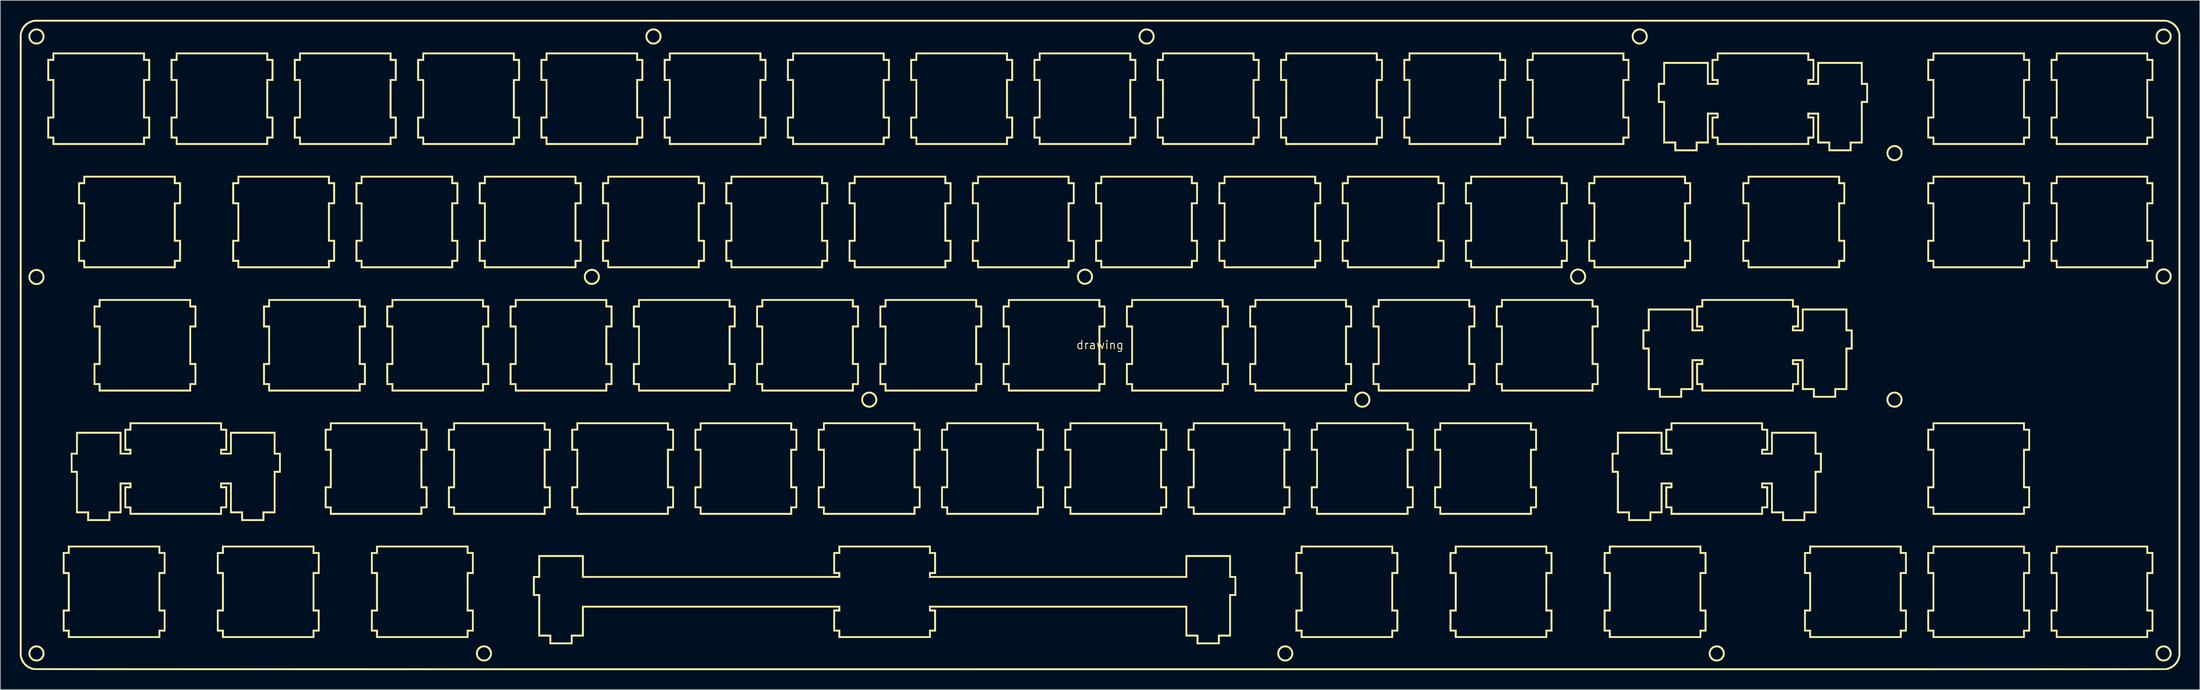
<source format=kicad_pcb>
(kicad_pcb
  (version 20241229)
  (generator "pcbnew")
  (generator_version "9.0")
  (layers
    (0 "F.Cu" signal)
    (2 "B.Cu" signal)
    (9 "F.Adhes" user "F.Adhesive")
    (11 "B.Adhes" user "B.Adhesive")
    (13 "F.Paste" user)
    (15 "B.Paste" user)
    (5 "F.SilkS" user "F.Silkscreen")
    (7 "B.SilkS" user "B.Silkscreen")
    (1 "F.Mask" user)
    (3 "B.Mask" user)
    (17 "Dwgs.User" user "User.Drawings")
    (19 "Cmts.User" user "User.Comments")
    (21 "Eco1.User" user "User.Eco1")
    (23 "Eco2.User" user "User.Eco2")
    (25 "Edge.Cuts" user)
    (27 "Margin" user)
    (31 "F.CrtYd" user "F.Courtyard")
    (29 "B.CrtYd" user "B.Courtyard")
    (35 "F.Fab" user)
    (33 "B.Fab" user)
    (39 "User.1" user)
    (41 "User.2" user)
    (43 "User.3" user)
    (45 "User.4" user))
  (footprint "drawing"
    (layer "F.Cu")
    (at 166.925 50.255)
    (property "Reference" "drawing" (at 0 0 0) (layer "F.SilkS") (effects (font (size 1.27 1.27) (thickness 0.15))))
    (attr through_hole)
    (fp_poly (pts (xy -147.574 -44.196) (xy -146.77 -44.196) (xy -146.77 -40.809) (xy -147.574 -40.809) (xy -147.574 -35.285) (xy -146.77 -35.285) (xy -146.77 -31.898) (xy -147.574 -31.898) (xy -147.574 -30.903) (xy -161.862 -30.903) (xy -161.862 -31.898) (xy -162.666 -31.898) (xy -162.666 -35.285) (xy -161.862 -35.285) (xy -161.862 -40.809) (xy -162.666 -40.809) (xy -162.666 -43.9) (xy -162.369 -43.9) (xy -162.369 -41.084) (xy -161.586 -41.084) (xy -161.586 -35.01) (xy -162.369 -35.01) (xy -162.369 -32.194) (xy -161.586 -32.194) (xy -161.586 -31.2) (xy -147.87 -31.2) (xy -147.87 -32.194) (xy -147.066 -32.194) (xy -147.066 -35.01) (xy -147.87 -35.01) (xy -147.87 -41.084) (xy -147.066 -41.084) (xy -147.066 -43.9) (xy -147.87 -43.9) (xy -147.87 -44.916) (xy -161.586 -44.916) (xy -161.586 -43.9) (xy -162.369 -43.9) (xy -162.666 -43.9) (xy -162.666 -44.196) (xy -161.862 -44.196) (xy -161.862 -45.191) (xy -147.574 -45.191) (xy -147.574 -44.196)) (stroke (width 0.01) (type solid)) (fill yes) (layer "F.SilkS"))
    (fp_poly (pts (xy -145.203 32.004) (xy -144.399 32.004) (xy -144.399 35.391) (xy -145.203 35.391) (xy -145.203 40.894) (xy -144.399 40.894) (xy -144.399 44.281) (xy -145.203 44.281) (xy -145.203 45.276) (xy -159.491 45.276) (xy -159.491 44.281) (xy -160.274 44.281) (xy -160.274 40.894) (xy -159.491 40.894) (xy -159.491 35.391) (xy -160.274 35.391) (xy -160.274 32.279) (xy -159.999 32.279) (xy -159.999 35.094) (xy -159.195 35.094) (xy -159.195 41.19) (xy -159.999 41.19) (xy -159.999 44.005) (xy -159.195 44.005) (xy -159.195 45) (xy -145.478 45) (xy -145.478 44.005) (xy -144.674 44.005) (xy -144.674 41.19) (xy -145.478 41.19) (xy -145.478 35.094) (xy -144.674 35.094) (xy -144.674 32.279) (xy -145.478 32.279) (xy -145.478 31.284) (xy -159.195 31.284) (xy -159.195 32.279) (xy -159.999 32.279) (xy -160.274 32.279) (xy -160.274 32.004) (xy -159.491 32.004) (xy -159.491 31.009) (xy -145.203 31.009) (xy -145.203 32.004)) (stroke (width 0.01) (type solid)) (fill yes) (layer "F.SilkS"))
    (fp_poly (pts (xy -140.441 -6.096) (xy -139.637 -6.096) (xy -139.637 -2.709) (xy -140.441 -2.709) (xy -140.441 2.794) (xy -139.637 2.794) (xy -139.637 6.181) (xy -140.441 6.181) (xy -140.441 7.197) (xy -154.728 7.197) (xy -154.728 6.181) (xy -155.512 6.181) (xy -155.512 2.794) (xy -154.728 2.794) (xy -154.728 -2.709) (xy -155.512 -2.709) (xy -155.512 -5.8) (xy -155.236 -5.8) (xy -155.236 -3.006) (xy -154.432 -3.006) (xy -154.432 3.09) (xy -155.236 3.09) (xy -155.236 5.905) (xy -154.432 5.905) (xy -154.432 6.9) (xy -140.716 6.9) (xy -140.716 5.905) (xy -139.912 5.905) (xy -139.912 3.09) (xy -140.716 3.09) (xy -140.716 -3.006) (xy -139.912 -3.006) (xy -139.912 -5.8) (xy -140.716 -5.8) (xy -140.716 -6.816) (xy -154.432 -6.816) (xy -154.432 -5.8) (xy -155.236 -5.8) (xy -155.512 -5.8) (xy -155.512 -6.096) (xy -154.728 -6.096) (xy -154.728 -7.091) (xy -140.441 -7.091) (xy -140.441 -6.096)) (stroke (width 0.01) (type solid)) (fill yes) (layer "F.SilkS"))
    (fp_poly (pts (xy -128.524 -44.196) (xy -127.72 -44.196) (xy -127.72 -40.809) (xy -128.524 -40.809) (xy -128.524 -35.285) (xy -127.72 -35.285) (xy -127.72 -31.898) (xy -128.524 -31.898) (xy -128.524 -30.903) (xy -142.811 -30.903) (xy -142.811 -31.898) (xy -143.616 -31.898) (xy -143.616 -35.285) (xy -142.811 -35.285) (xy -142.811 -40.809) (xy -143.616 -40.809) (xy -143.616 -43.9) (xy -143.32 -43.9) (xy -143.32 -41.084) (xy -142.536 -41.084) (xy -142.536 -35.01) (xy -143.32 -35.01) (xy -143.32 -32.194) (xy -142.536 -32.194) (xy -142.536 -31.2) (xy -128.82 -31.2) (xy -128.82 -32.194) (xy -128.016 -32.194) (xy -128.016 -35.01) (xy -128.82 -35.01) (xy -128.82 -41.084) (xy -128.016 -41.084) (xy -128.016 -43.9) (xy -128.82 -43.9) (xy -128.82 -44.916) (xy -142.536 -44.916) (xy -142.536 -43.9) (xy -143.32 -43.9) (xy -143.616 -43.9) (xy -143.616 -44.196) (xy -142.811 -44.196) (xy -142.811 -45.191) (xy -128.524 -45.191) (xy -128.524 -44.196)) (stroke (width 0.01) (type solid)) (fill yes) (layer "F.SilkS"))
    (fp_poly (pts (xy -121.391 32.004) (xy -120.587 32.004) (xy -120.587 35.391) (xy -121.391 35.391) (xy -121.391 40.894) (xy -120.587 40.894) (xy -120.587 44.281) (xy -121.391 44.281) (xy -121.391 45.276) (xy -135.678 45.276) (xy -135.678 44.281) (xy -136.462 44.281) (xy -136.462 40.894) (xy -135.678 40.894) (xy -135.678 35.391) (xy -136.462 35.391) (xy -136.462 32.279) (xy -136.186 32.279) (xy -136.186 35.094) (xy -135.382 35.094) (xy -135.382 41.19) (xy -136.186 41.19) (xy -136.186 44.005) (xy -135.382 44.005) (xy -135.382 45) (xy -121.666 45) (xy -121.666 44.005) (xy -120.862 44.005) (xy -120.862 41.19) (xy -121.666 41.19) (xy -121.666 35.094) (xy -120.862 35.094) (xy -120.862 32.279) (xy -121.666 32.279) (xy -121.666 31.284) (xy -135.382 31.284) (xy -135.382 32.279) (xy -136.186 32.279) (xy -136.462 32.279) (xy -136.462 32.004) (xy -135.678 32.004) (xy -135.678 31.009) (xy -121.391 31.009) (xy -121.391 32.004)) (stroke (width 0.01) (type solid)) (fill yes) (layer "F.SilkS"))
    (fp_poly (pts (xy -109.474 -44.196) (xy -108.67 -44.196) (xy -108.67 -40.809) (xy -109.474 -40.809) (xy -109.474 -35.285) (xy -108.67 -35.285) (xy -108.67 -31.898) (xy -109.474 -31.898) (xy -109.474 -30.903) (xy -123.761 -30.903) (xy -123.761 -31.898) (xy -124.566 -31.898) (xy -124.566 -35.285) (xy -123.761 -35.285) (xy -123.761 -40.809) (xy -124.566 -40.809) (xy -124.566 -43.9) (xy -124.269 -43.9) (xy -124.269 -41.084) (xy -123.486 -41.084) (xy -123.486 -35.01) (xy -124.269 -35.01) (xy -124.269 -32.194) (xy -123.486 -32.194) (xy -123.486 -31.2) (xy -109.77 -31.2) (xy -109.77 -32.194) (xy -108.966 -32.194) (xy -108.966 -35.01) (xy -109.77 -35.01) (xy -109.77 -41.084) (xy -108.966 -41.084) (xy -108.966 -43.9) (xy -109.77 -43.9) (xy -109.77 -44.916) (xy -123.486 -44.916) (xy -123.486 -43.9) (xy -124.269 -43.9) (xy -124.566 -43.9) (xy -124.566 -44.196) (xy -123.761 -44.196) (xy -123.761 -45.191) (xy -109.474 -45.191) (xy -109.474 -44.196)) (stroke (width 0.01) (type solid)) (fill yes) (layer "F.SilkS"))
    (fp_poly (pts (xy -104.712 12.954) (xy -103.907 12.954) (xy -103.907 16.341) (xy -104.712 16.341) (xy -104.712 21.844) (xy -103.907 21.844) (xy -103.907 25.231) (xy -104.712 25.231) (xy -104.712 26.247) (xy -118.999 26.247) (xy -118.999 25.231) (xy -119.803 25.231) (xy -119.803 21.844) (xy -118.999 21.844) (xy -118.999 16.341) (xy -119.803 16.341) (xy -119.803 13.229) (xy -119.507 13.229) (xy -119.507 16.044) (xy -118.724 16.044) (xy -118.724 22.14) (xy -119.507 22.14) (xy -119.507 24.956) (xy -118.724 24.956) (xy -118.724 25.95) (xy -105.008 25.95) (xy -105.008 24.956) (xy -104.204 24.956) (xy -104.204 22.14) (xy -105.008 22.14) (xy -105.008 16.044) (xy -104.204 16.044) (xy -104.204 13.229) (xy -105.008 13.229) (xy -105.008 12.234) (xy -118.724 12.234) (xy -118.724 13.229) (xy -119.507 13.229) (xy -119.803 13.229) (xy -119.803 12.954) (xy -118.999 12.954) (xy -118.999 11.959) (xy -104.712 11.959) (xy -104.712 12.954)) (stroke (width 0.01) (type solid)) (fill yes) (layer "F.SilkS"))
    (fp_poly (pts (xy -97.578 32.004) (xy -96.774 32.004) (xy -96.774 35.391) (xy -97.578 35.391) (xy -97.578 40.894) (xy -96.774 40.894) (xy -96.774 44.281) (xy -97.578 44.281) (xy -97.578 45.276) (xy -111.866 45.276) (xy -111.866 44.281) (xy -112.649 44.281) (xy -112.649 40.894) (xy -111.866 40.894) (xy -111.866 35.391) (xy -112.649 35.391) (xy -112.649 32.279) (xy -112.374 32.279) (xy -112.374 35.094) (xy -111.57 35.094) (xy -111.57 41.19) (xy -112.374 41.19) (xy -112.374 44.005) (xy -111.57 44.005) (xy -111.57 45) (xy -97.853 45) (xy -97.853 44.005) (xy -97.049 44.005) (xy -97.049 41.19) (xy -97.853 41.19) (xy -97.853 35.094) (xy -97.049 35.094) (xy -97.049 32.279) (xy -97.853 32.279) (xy -97.853 31.284) (xy -111.57 31.284) (xy -111.57 32.279) (xy -112.374 32.279) (xy -112.649 32.279) (xy -112.649 32.004) (xy -111.866 32.004) (xy -111.866 31.009) (xy -97.578 31.009) (xy -97.578 32.004)) (stroke (width 0.01) (type solid)) (fill yes) (layer "F.SilkS"))
    (fp_poly (pts (xy -90.424 -44.196) (xy -89.62 -44.196) (xy -89.62 -40.809) (xy -90.424 -40.809) (xy -90.424 -35.285) (xy -89.62 -35.285) (xy -89.62 -31.898) (xy -90.424 -31.898) (xy -90.424 -30.903) (xy -104.712 -30.903) (xy -104.712 -31.898) (xy -105.516 -31.898) (xy -105.516 -35.285) (xy -104.712 -35.285) (xy -104.712 -40.809) (xy -105.516 -40.809) (xy -105.516 -43.9) (xy -105.219 -43.9) (xy -105.219 -41.084) (xy -104.436 -41.084) (xy -104.436 -35.01) (xy -105.219 -35.01) (xy -105.219 -32.194) (xy -104.436 -32.194) (xy -104.436 -31.2) (xy -90.72 -31.2) (xy -90.72 -32.194) (xy -89.916 -32.194) (xy -89.916 -35.01) (xy -90.72 -35.01) (xy -90.72 -41.084) (xy -89.916 -41.084) (xy -89.916 -43.9) (xy -90.72 -43.9) (xy -90.72 -44.916) (xy -104.436 -44.916) (xy -104.436 -43.9) (xy -105.219 -43.9) (xy -105.516 -43.9) (xy -105.516 -44.196) (xy -104.712 -44.196) (xy -104.712 -45.191) (xy -90.424 -45.191) (xy -90.424 -44.196)) (stroke (width 0.01) (type solid)) (fill yes) (layer "F.SilkS"))
    (fp_poly (pts (xy -66.612 12.954) (xy -65.828 12.954) (xy -65.828 16.341) (xy -66.612 16.341) (xy -66.612 21.844) (xy -65.828 21.844) (xy -65.828 25.231) (xy -66.612 25.231) (xy -66.612 26.247) (xy -80.899 26.247) (xy -80.899 25.231) (xy -81.703 25.231) (xy -81.703 21.844) (xy -80.899 21.844) (xy -80.899 16.341) (xy -81.703 16.341) (xy -81.703 13.229) (xy -81.407 13.229) (xy -81.407 16.044) (xy -80.624 16.044) (xy -80.624 22.14) (xy -81.407 22.14) (xy -81.407 24.956) (xy -80.624 24.956) (xy -80.624 25.95) (xy -66.908 25.95) (xy -66.908 24.956) (xy -66.103 24.956) (xy -66.103 22.14) (xy -66.908 22.14) (xy -66.908 16.044) (xy -66.103 16.044) (xy -66.103 13.229) (xy -66.908 13.229) (xy -66.908 12.234) (xy -80.624 12.234) (xy -80.624 13.229) (xy -81.407 13.229) (xy -81.703 13.229) (xy -81.703 12.954) (xy -80.899 12.954) (xy -80.899 11.959) (xy -66.612 11.959) (xy -66.612 12.954)) (stroke (width 0.01) (type solid)) (fill yes) (layer "F.SilkS"))
    (fp_poly (pts (xy -57.087 -6.096) (xy -56.303 -6.096) (xy -56.303 -2.709) (xy -57.087 -2.709) (xy -57.087 2.794) (xy -56.303 2.794) (xy -56.303 6.181) (xy -57.087 6.181) (xy -57.087 7.197) (xy -71.374 7.197) (xy -71.374 6.181) (xy -72.178 6.181) (xy -72.178 2.794) (xy -71.374 2.794) (xy -71.374 -2.709) (xy -72.178 -2.709) (xy -72.178 -5.8) (xy -71.882 -5.8) (xy -71.882 -3.006) (xy -71.099 -3.006) (xy -71.099 3.09) (xy -71.882 3.09) (xy -71.882 5.905) (xy -71.099 5.905) (xy -71.099 6.9) (xy -57.383 6.9) (xy -57.383 5.905) (xy -56.578 5.905) (xy -56.578 3.09) (xy -57.383 3.09) (xy -57.383 -3.006) (xy -56.578 -3.006) (xy -56.578 -5.8) (xy -57.383 -5.8) (xy -57.383 -6.816) (xy -71.099 -6.816) (xy -71.099 -5.8) (xy -71.882 -5.8) (xy -72.178 -5.8) (xy -72.178 -6.096) (xy -71.374 -6.096) (xy -71.374 -7.091) (xy -57.087 -7.091) (xy -57.087 -6.096)) (stroke (width 0.01) (type solid)) (fill yes) (layer "F.SilkS"))
    (fp_poly (pts (xy -52.324 -44.196) (xy -51.541 -44.196) (xy -51.541 -40.809) (xy -52.324 -40.809) (xy -52.324 -35.285) (xy -51.541 -35.285) (xy -51.541 -31.898) (xy -52.324 -31.898) (xy -52.324 -30.903) (xy -66.612 -30.903) (xy -66.612 -31.898) (xy -67.416 -31.898) (xy -67.416 -35.285) (xy -66.612 -35.285) (xy -66.612 -40.809) (xy -67.416 -40.809) (xy -67.416 -43.9) (xy -67.12 -43.9) (xy -67.12 -41.084) (xy -66.336 -41.084) (xy -66.336 -35.01) (xy -67.12 -35.01) (xy -67.12 -32.194) (xy -66.336 -32.194) (xy -66.336 -31.2) (xy -52.62 -31.2) (xy -52.62 -32.194) (xy -51.816 -32.194) (xy -51.816 -35.01) (xy -52.62 -35.01) (xy -52.62 -41.084) (xy -51.816 -41.084) (xy -51.816 -43.9) (xy -52.62 -43.9) (xy -52.62 -44.916) (xy -66.336 -44.916) (xy -66.336 -43.9) (xy -67.12 -43.9) (xy -67.416 -43.9) (xy -67.416 -44.196) (xy -66.612 -44.196) (xy -66.612 -45.191) (xy -52.324 -45.191) (xy -52.324 -44.196)) (stroke (width 0.01) (type solid)) (fill yes) (layer "F.SilkS"))
    (fp_poly (pts (xy -47.562 12.954) (xy -46.778 12.954) (xy -46.778 16.341) (xy -47.562 16.341) (xy -47.562 21.844) (xy -46.778 21.844) (xy -46.778 25.231) (xy -47.562 25.231) (xy -47.562 26.247) (xy -61.849 26.247) (xy -61.849 25.231) (xy -62.653 25.231) (xy -62.653 21.844) (xy -61.849 21.844) (xy -61.849 16.341) (xy -62.653 16.341) (xy -62.653 13.229) (xy -62.378 13.229) (xy -62.378 16.044) (xy -61.574 16.044) (xy -61.574 22.14) (xy -62.378 22.14) (xy -62.378 24.956) (xy -61.574 24.956) (xy -61.574 25.95) (xy -47.858 25.95) (xy -47.858 24.956) (xy -47.053 24.956) (xy -47.053 22.14) (xy -47.858 22.14) (xy -47.858 16.044) (xy -47.053 16.044) (xy -47.053 13.229) (xy -47.858 13.229) (xy -47.858 12.234) (xy -61.574 12.234) (xy -61.574 13.229) (xy -62.378 13.229) (xy -62.653 13.229) (xy -62.653 12.954) (xy -61.849 12.954) (xy -61.849 11.959) (xy -47.562 11.959) (xy -47.562 12.954)) (stroke (width 0.01) (type solid)) (fill yes) (layer "F.SilkS"))
    (fp_poly (pts (xy -38.036 -6.096) (xy -37.253 -6.096) (xy -37.253 -2.709) (xy -38.036 -2.709) (xy -38.036 2.794) (xy -37.253 2.794) (xy -37.253 6.181) (xy -38.036 6.181) (xy -38.036 7.197) (xy -52.324 7.197) (xy -52.324 6.181) (xy -53.128 6.181) (xy -53.128 2.794) (xy -52.324 2.794) (xy -52.324 -2.709) (xy -53.128 -2.709) (xy -53.128 -5.8) (xy -52.853 -5.8) (xy -52.853 -3.006) (xy -52.049 -3.006) (xy -52.049 3.09) (xy -52.853 3.09) (xy -52.853 5.905) (xy -52.049 5.905) (xy -52.049 6.9) (xy -38.333 6.9) (xy -38.333 5.905) (xy -37.529 5.905) (xy -37.529 3.09) (xy -38.333 3.09) (xy -38.333 -3.006) (xy -37.529 -3.006) (xy -37.529 -5.8) (xy -38.333 -5.8) (xy -38.333 -6.816) (xy -52.049 -6.816) (xy -52.049 -5.8) (xy -52.853 -5.8) (xy -53.128 -5.8) (xy -53.128 -6.096) (xy -52.324 -6.096) (xy -52.324 -7.091) (xy -38.036 -7.091) (xy -38.036 -6.096)) (stroke (width 0.01) (type solid)) (fill yes) (layer "F.SilkS"))
    (fp_poly (pts (xy -28.512 12.954) (xy -27.728 12.954) (xy -27.728 16.341) (xy -28.512 16.341) (xy -28.512 21.844) (xy -27.728 21.844) (xy -27.728 25.231) (xy -28.512 25.231) (xy -28.512 26.247) (xy -42.799 26.247) (xy -42.799 25.231) (xy -43.603 25.231) (xy -43.603 21.844) (xy -42.799 21.844) (xy -42.799 16.341) (xy -43.603 16.341) (xy -43.603 13.229) (xy -43.328 13.229) (xy -43.328 16.044) (xy -42.524 16.044) (xy -42.524 22.14) (xy -43.328 22.14) (xy -43.328 24.956) (xy -42.524 24.956) (xy -42.524 25.95) (xy -28.808 25.95) (xy -28.808 24.956) (xy -28.003 24.956) (xy -28.003 22.14) (xy -28.808 22.14) (xy -28.808 16.044) (xy -28.003 16.044) (xy -28.003 13.229) (xy -28.808 13.229) (xy -28.808 12.234) (xy -42.524 12.234) (xy -42.524 13.229) (xy -43.328 13.229) (xy -43.603 13.229) (xy -43.603 12.954) (xy -42.799 12.954) (xy -42.799 11.959) (xy -28.512 11.959) (xy -28.512 12.954)) (stroke (width 0.01) (type solid)) (fill yes) (layer "F.SilkS"))
    (fp_poly (pts (xy -18.986 -6.096) (xy -18.203 -6.096) (xy -18.203 -2.709) (xy -18.986 -2.709) (xy -18.986 2.794) (xy -18.203 2.794) (xy -18.203 6.181) (xy -18.986 6.181) (xy -18.986 7.197) (xy -33.274 7.197) (xy -33.274 6.181) (xy -34.078 6.181) (xy -34.078 2.794) (xy -33.274 2.794) (xy -33.274 -2.709) (xy -34.078 -2.709) (xy -34.078 -5.8) (xy -33.803 -5.8) (xy -33.803 -3.006) (xy -32.999 -3.006) (xy -32.999 3.09) (xy -33.803 3.09) (xy -33.803 5.905) (xy -32.999 5.905) (xy -32.999 6.9) (xy -19.283 6.9) (xy -19.283 5.905) (xy -18.479 5.905) (xy -18.479 3.09) (xy -19.283 3.09) (xy -19.283 -3.006) (xy -18.479 -3.006) (xy -18.479 -5.8) (xy -19.283 -5.8) (xy -19.283 -6.816) (xy -32.999 -6.816) (xy -32.999 -5.8) (xy -33.803 -5.8) (xy -34.078 -5.8) (xy -34.078 -6.096) (xy -33.274 -6.096) (xy -33.274 -7.091) (xy -18.986 -7.091) (xy -18.986 -6.096)) (stroke (width 0.01) (type solid)) (fill yes) (layer "F.SilkS"))
    (fp_poly (pts (xy -9.461 12.954) (xy -8.678 12.954) (xy -8.678 16.341) (xy -9.461 16.341) (xy -9.461 21.844) (xy -8.678 21.844) (xy -8.678 25.231) (xy -9.461 25.231) (xy -9.461 26.247) (xy -23.749 26.247) (xy -23.749 25.231) (xy -24.553 25.231) (xy -24.553 21.844) (xy -23.749 21.844) (xy -23.749 16.341) (xy -24.553 16.341) (xy -24.553 13.229) (xy -24.278 13.229) (xy -24.278 16.044) (xy -23.474 16.044) (xy -23.474 22.14) (xy -24.278 22.14) (xy -24.278 24.956) (xy -23.474 24.956) (xy -23.474 25.95) (xy -9.758 25.95) (xy -9.758 24.956) (xy -8.954 24.956) (xy -8.954 22.14) (xy -9.758 22.14) (xy -9.758 16.044) (xy -8.954 16.044) (xy -8.954 13.229) (xy -9.758 13.229) (xy -9.758 12.234) (xy -23.474 12.234) (xy -23.474 13.229) (xy -24.278 13.229) (xy -24.553 13.229) (xy -24.553 12.954) (xy -23.749 12.954) (xy -23.749 11.959) (xy -9.461 11.959) (xy -9.461 12.954)) (stroke (width 0.01) (type solid)) (fill yes) (layer "F.SilkS"))
    (fp_poly (pts (xy -4.699 -25.146) (xy -3.916 -25.146) (xy -3.916 -21.759) (xy -4.699 -21.759) (xy -4.699 -16.235) (xy -3.916 -16.235) (xy -3.916 -12.848) (xy -4.699 -12.848) (xy -4.699 -11.853) (xy -18.986 -11.853) (xy -18.986 -12.848) (xy -19.791 -12.848) (xy -19.791 -16.235) (xy -18.986 -16.235) (xy -18.986 -21.759) (xy -19.791 -21.759) (xy -19.791 -24.85) (xy -19.516 -24.85) (xy -19.516 -22.035) (xy -18.711 -22.035) (xy -18.711 -15.96) (xy -19.516 -15.96) (xy -19.516 -13.145) (xy -18.711 -13.145) (xy -18.711 -12.15) (xy -4.995 -12.15) (xy -4.995 -13.145) (xy -4.191 -13.145) (xy -4.191 -15.96) (xy -4.995 -15.96) (xy -4.995 -22.035) (xy -4.191 -22.035) (xy -4.191 -24.85) (xy -4.995 -24.85) (xy -4.995 -25.866) (xy -18.711 -25.866) (xy -18.711 -24.85) (xy -19.516 -24.85) (xy -19.791 -24.85) (xy -19.791 -25.146) (xy -18.986 -25.146) (xy -18.986 -26.141) (xy -4.699 -26.141) (xy -4.699 -25.146)) (stroke (width 0.01) (type solid)) (fill yes) (layer "F.SilkS"))
    (fp_poly (pts (xy 0.064 -6.096) (xy 0.847 -6.096) (xy 0.847 -2.709) (xy 0.064 -2.709) (xy 0.064 2.794) (xy 0.847 2.794) (xy 0.847 6.181) (xy 0.064 6.181) (xy 0.064 7.197) (xy -14.224 7.197) (xy -14.224 6.181) (xy -15.028 6.181) (xy -15.028 2.794) (xy -14.224 2.794) (xy -14.224 -2.709) (xy -15.028 -2.709) (xy -15.028 -5.8) (xy -14.753 -5.8) (xy -14.753 -3.006) (xy -13.949 -3.006) (xy -13.949 3.09) (xy -14.753 3.09) (xy -14.753 5.905) (xy -13.949 5.905) (xy -13.949 6.9) (xy -0.233 6.9) (xy -0.233 5.905) (xy 0.572 5.905) (xy 0.572 3.09) (xy -0.233 3.09) (xy -0.233 -3.006) (xy 0.572 -3.006) (xy 0.572 -5.8) (xy -0.233 -5.8) (xy -0.233 -6.816) (xy -13.949 -6.816) (xy -13.949 -5.8) (xy -14.753 -5.8) (xy -15.028 -5.8) (xy -15.028 -6.096) (xy -14.224 -6.096) (xy -14.224 -7.091) (xy 0.064 -7.091) (xy 0.064 -6.096)) (stroke (width 0.01) (type solid)) (fill yes) (layer "F.SilkS"))
    (fp_poly (pts (xy 4.826 -44.196) (xy 5.609 -44.196) (xy 5.609 -40.809) (xy 4.826 -40.809) (xy 4.826 -35.285) (xy 5.609 -35.285) (xy 5.609 -31.898) (xy 4.826 -31.898) (xy 4.826 -30.903) (xy -9.461 -30.903) (xy -9.461 -31.898) (xy -10.266 -31.898) (xy -10.266 -35.285) (xy -9.461 -35.285) (xy -9.461 -40.809) (xy -10.266 -40.809) (xy -10.266 -43.9) (xy -9.991 -43.9) (xy -9.991 -41.084) (xy -9.186 -41.084) (xy -9.186 -35.01) (xy -9.991 -35.01) (xy -9.991 -32.194) (xy -9.186 -32.194) (xy -9.186 -31.2) (xy 4.53 -31.2) (xy 4.53 -32.194) (xy 5.334 -32.194) (xy 5.334 -35.01) (xy 4.53 -35.01) (xy 4.53 -41.084) (xy 5.334 -41.084) (xy 5.334 -43.9) (xy 4.53 -43.9) (xy 4.53 -44.916) (xy -9.186 -44.916) (xy -9.186 -43.9) (xy -9.991 -43.9) (xy -10.266 -43.9) (xy -10.266 -44.196) (xy -9.461 -44.196) (xy -9.461 -45.191) (xy 4.826 -45.191) (xy 4.826 -44.196)) (stroke (width 0.01) (type solid)) (fill yes) (layer "F.SilkS"))
    (fp_poly (pts (xy 9.588 12.954) (xy 10.372 12.954) (xy 10.372 16.341) (xy 9.588 16.341) (xy 9.588 21.844) (xy 10.372 21.844) (xy 10.372 25.231) (xy 9.588 25.231) (xy 9.588 26.247) (xy -4.699 26.247) (xy -4.699 25.231) (xy -5.503 25.231) (xy -5.503 21.844) (xy -4.699 21.844) (xy -4.699 16.341) (xy -5.503 16.341) (xy -5.503 13.229) (xy -5.228 13.229) (xy -5.228 16.044) (xy -4.424 16.044) (xy -4.424 22.14) (xy -5.228 22.14) (xy -5.228 24.956) (xy -4.424 24.956) (xy -4.424 25.95) (xy 9.292 25.95) (xy 9.292 24.956) (xy 10.097 24.956) (xy 10.097 22.14) (xy 9.292 22.14) (xy 9.292 16.044) (xy 10.097 16.044) (xy 10.097 13.229) (xy 9.292 13.229) (xy 9.292 12.234) (xy -4.424 12.234) (xy -4.424 13.229) (xy -5.228 13.229) (xy -5.503 13.229) (xy -5.503 12.954) (xy -4.699 12.954) (xy -4.699 11.959) (xy 9.588 11.959) (xy 9.588 12.954)) (stroke (width 0.01) (type solid)) (fill yes) (layer "F.SilkS"))
    (fp_poly (pts (xy 14.351 -25.146) (xy 15.134 -25.146) (xy 15.134 -21.759) (xy 14.351 -21.759) (xy 14.351 -16.235) (xy 15.134 -16.235) (xy 15.134 -12.848) (xy 14.351 -12.848) (xy 14.351 -11.853) (xy 0.064 -11.853) (xy 0.064 -12.848) (xy -0.741 -12.848) (xy -0.741 -16.235) (xy 0.064 -16.235) (xy 0.064 -21.759) (xy -0.741 -21.759) (xy -0.741 -24.85) (xy -0.466 -24.85) (xy -0.466 -22.035) (xy 0.339 -22.035) (xy 0.339 -15.96) (xy -0.466 -15.96) (xy -0.466 -13.145) (xy 0.339 -13.145) (xy 0.339 -12.15) (xy 14.055 -12.15) (xy 14.055 -13.145) (xy 14.859 -13.145) (xy 14.859 -15.96) (xy 14.055 -15.96) (xy 14.055 -22.035) (xy 14.859 -22.035) (xy 14.859 -24.85) (xy 14.055 -24.85) (xy 14.055 -25.866) (xy 0.339 -25.866) (xy 0.339 -24.85) (xy -0.466 -24.85) (xy -0.741 -24.85) (xy -0.741 -25.146) (xy 0.064 -25.146) (xy 0.064 -26.141) (xy 14.351 -26.141) (xy 14.351 -25.146)) (stroke (width 0.01) (type solid)) (fill yes) (layer "F.SilkS"))
    (fp_poly (pts (xy 19.113 -6.096) (xy 19.897 -6.096) (xy 19.897 -2.709) (xy 19.113 -2.709) (xy 19.113 2.794) (xy 19.897 2.794) (xy 19.897 6.181) (xy 19.113 6.181) (xy 19.113 7.197) (xy 4.826 7.197) (xy 4.826 6.181) (xy 4.022 6.181) (xy 4.022 2.794) (xy 4.826 2.794) (xy 4.826 -2.709) (xy 4.022 -2.709) (xy 4.022 -5.8) (xy 4.297 -5.8) (xy 4.297 -3.006) (xy 5.101 -3.006) (xy 5.101 3.09) (xy 4.297 3.09) (xy 4.297 5.905) (xy 5.101 5.905) (xy 5.101 6.9) (xy 18.817 6.9) (xy 18.817 5.905) (xy 19.622 5.905) (xy 19.622 3.09) (xy 18.817 3.09) (xy 18.817 -3.006) (xy 19.622 -3.006) (xy 19.622 -5.8) (xy 18.817 -5.8) (xy 18.817 -6.816) (xy 5.101 -6.816) (xy 5.101 -5.8) (xy 4.297 -5.8) (xy 4.022 -5.8) (xy 4.022 -6.096) (xy 4.826 -6.096) (xy 4.826 -7.091) (xy 19.113 -7.091) (xy 19.113 -6.096)) (stroke (width 0.01) (type solid)) (fill yes) (layer "F.SilkS"))
    (fp_poly (pts (xy 23.876 -44.196) (xy 24.659 -44.196) (xy 24.659 -40.809) (xy 23.876 -40.809) (xy 23.876 -35.285) (xy 24.659 -35.285) (xy 24.659 -31.898) (xy 23.876 -31.898) (xy 23.876 -30.903) (xy 9.588 -30.903) (xy 9.588 -31.898) (xy 8.784 -31.898) (xy 8.784 -35.285) (xy 9.588 -35.285) (xy 9.588 -40.809) (xy 8.784 -40.809) (xy 8.784 -43.9) (xy 9.059 -43.9) (xy 9.059 -41.084) (xy 9.864 -41.084) (xy 9.864 -35.01) (xy 9.059 -35.01) (xy 9.059 -32.194) (xy 9.864 -32.194) (xy 9.864 -31.2) (xy 23.58 -31.2) (xy 23.58 -32.194) (xy 24.384 -32.194) (xy 24.384 -35.01) (xy 23.58 -35.01) (xy 23.58 -41.084) (xy 24.384 -41.084) (xy 24.384 -43.9) (xy 23.58 -43.9) (xy 23.58 -44.916) (xy 9.864 -44.916) (xy 9.864 -43.9) (xy 9.059 -43.9) (xy 8.784 -43.9) (xy 8.784 -44.196) (xy 9.588 -44.196) (xy 9.588 -45.191) (xy 23.876 -45.191) (xy 23.876 -44.196)) (stroke (width 0.01) (type solid)) (fill yes) (layer "F.SilkS"))
    (fp_poly (pts (xy 28.639 12.954) (xy 29.422 12.954) (xy 29.422 16.341) (xy 28.639 16.341) (xy 28.639 21.844) (xy 29.422 21.844) (xy 29.422 25.231) (xy 28.639 25.231) (xy 28.639 26.247) (xy 14.351 26.247) (xy 14.351 25.231) (xy 13.547 25.231) (xy 13.547 21.844) (xy 14.351 21.844) (xy 14.351 16.341) (xy 13.547 16.341) (xy 13.547 13.229) (xy 13.822 13.229) (xy 13.822 16.044) (xy 14.626 16.044) (xy 14.626 22.14) (xy 13.822 22.14) (xy 13.822 24.956) (xy 14.626 24.956) (xy 14.626 25.95) (xy 28.342 25.95) (xy 28.342 24.956) (xy 29.146 24.956) (xy 29.146 22.14) (xy 28.342 22.14) (xy 28.342 16.044) (xy 29.146 16.044) (xy 29.146 13.229) (xy 28.342 13.229) (xy 28.342 12.234) (xy 14.626 12.234) (xy 14.626 13.229) (xy 13.822 13.229) (xy 13.547 13.229) (xy 13.547 12.954) (xy 14.351 12.954) (xy 14.351 11.959) (xy 28.639 11.959) (xy 28.639 12.954)) (stroke (width 0.01) (type solid)) (fill yes) (layer "F.SilkS"))
    (fp_poly (pts (xy 33.401 -25.146) (xy 34.184 -25.146) (xy 34.184 -21.759) (xy 33.401 -21.759) (xy 33.401 -16.235) (xy 34.184 -16.235) (xy 34.184 -12.848) (xy 33.401 -12.848) (xy 33.401 -11.853) (xy 19.113 -11.853) (xy 19.113 -12.848) (xy 18.309 -12.848) (xy 18.309 -16.235) (xy 19.113 -16.235) (xy 19.113 -21.759) (xy 18.309 -21.759) (xy 18.309 -24.85) (xy 18.584 -24.85) (xy 18.584 -22.035) (xy 19.389 -22.035) (xy 19.389 -15.96) (xy 18.584 -15.96) (xy 18.584 -13.145) (xy 19.389 -13.145) (xy 19.389 -12.15) (xy 33.105 -12.15) (xy 33.105 -13.145) (xy 33.909 -13.145) (xy 33.909 -15.96) (xy 33.105 -15.96) (xy 33.105 -22.035) (xy 33.909 -22.035) (xy 33.909 -24.85) (xy 33.105 -24.85) (xy 33.105 -25.866) (xy 19.389 -25.866) (xy 19.389 -24.85) (xy 18.584 -24.85) (xy 18.309 -24.85) (xy 18.309 -25.146) (xy 19.113 -25.146) (xy 19.113 -26.141) (xy 33.401 -26.141) (xy 33.401 -25.146)) (stroke (width 0.01) (type solid)) (fill yes) (layer "F.SilkS"))
    (fp_poly (pts (xy 38.163 -6.096) (xy 38.947 -6.096) (xy 38.947 -2.709) (xy 38.163 -2.709) (xy 38.163 2.794) (xy 38.947 2.794) (xy 38.947 6.181) (xy 38.163 6.181) (xy 38.163 7.197) (xy 23.876 7.197) (xy 23.876 6.181) (xy 23.072 6.181) (xy 23.072 2.794) (xy 23.876 2.794) (xy 23.876 -2.709) (xy 23.072 -2.709) (xy 23.072 -5.8) (xy 23.347 -5.8) (xy 23.347 -3.006) (xy 24.151 -3.006) (xy 24.151 3.09) (xy 23.347 3.09) (xy 23.347 5.905) (xy 24.151 5.905) (xy 24.151 6.9) (xy 37.867 6.9) (xy 37.867 5.905) (xy 38.672 5.905) (xy 38.672 3.09) (xy 37.867 3.09) (xy 37.867 -3.006) (xy 38.672 -3.006) (xy 38.672 -5.8) (xy 37.867 -5.8) (xy 37.867 -6.816) (xy 24.151 -6.816) (xy 24.151 -5.8) (xy 23.347 -5.8) (xy 23.072 -5.8) (xy 23.072 -6.096) (xy 23.876 -6.096) (xy 23.876 -7.091) (xy 38.163 -7.091) (xy 38.163 -6.096)) (stroke (width 0.01) (type solid)) (fill yes) (layer "F.SilkS"))
    (fp_poly (pts (xy 42.926 -44.196) (xy 43.709 -44.196) (xy 43.709 -40.809) (xy 42.926 -40.809) (xy 42.926 -35.285) (xy 43.709 -35.285) (xy 43.709 -31.898) (xy 42.926 -31.898) (xy 42.926 -30.903) (xy 28.639 -30.903) (xy 28.639 -31.898) (xy 27.834 -31.898) (xy 27.834 -35.285) (xy 28.639 -35.285) (xy 28.639 -40.809) (xy 27.834 -40.809) (xy 27.834 -43.9) (xy 28.109 -43.9) (xy 28.109 -41.084) (xy 28.914 -41.084) (xy 28.914 -35.01) (xy 28.109 -35.01) (xy 28.109 -32.194) (xy 28.914 -32.194) (xy 28.914 -31.2) (xy 42.63 -31.2) (xy 42.63 -32.194) (xy 43.434 -32.194) (xy 43.434 -35.01) (xy 42.63 -35.01) (xy 42.63 -41.084) (xy 43.434 -41.084) (xy 43.434 -43.9) (xy 42.63 -43.9) (xy 42.63 -44.916) (xy 28.914 -44.916) (xy 28.914 -43.9) (xy 28.109 -43.9) (xy 27.834 -43.9) (xy 27.834 -44.196) (xy 28.639 -44.196) (xy 28.639 -45.191) (xy 42.926 -45.191) (xy 42.926 -44.196)) (stroke (width 0.01) (type solid)) (fill yes) (layer "F.SilkS"))
    (fp_poly (pts (xy 45.297 32.004) (xy 46.101 32.004) (xy 46.101 35.391) (xy 45.297 35.391) (xy 45.297 40.894) (xy 46.101 40.894) (xy 46.101 44.281) (xy 45.297 44.281) (xy 45.297 45.276) (xy 31.009 45.276) (xy 31.009 44.281) (xy 30.205 44.281) (xy 30.205 40.894) (xy 31.009 40.894) (xy 31.009 35.391) (xy 30.205 35.391) (xy 30.205 32.279) (xy 30.501 32.279) (xy 30.501 35.094) (xy 31.305 35.094) (xy 31.305 41.19) (xy 30.501 41.19) (xy 30.501 44.005) (xy 31.305 44.005) (xy 31.305 45) (xy 45.022 45) (xy 45.022 44.005) (xy 45.805 44.005) (xy 45.805 41.19) (xy 45.022 41.19) (xy 45.022 35.094) (xy 45.805 35.094) (xy 45.805 32.279) (xy 45.022 32.279) (xy 45.022 31.284) (xy 31.305 31.284) (xy 31.305 32.279) (xy 30.501 32.279) (xy 30.205 32.279) (xy 30.205 32.004) (xy 31.009 32.004) (xy 31.009 31.009) (xy 45.297 31.009) (xy 45.297 32.004)) (stroke (width 0.01) (type solid)) (fill yes) (layer "F.SilkS"))
    (fp_poly (pts (xy 47.688 12.954) (xy 48.472 12.954) (xy 48.472 16.341) (xy 47.688 16.341) (xy 47.688 21.844) (xy 48.472 21.844) (xy 48.472 25.231) (xy 47.688 25.231) (xy 47.688 26.247) (xy 33.401 26.247) (xy 33.401 25.231) (xy 32.597 25.231) (xy 32.597 21.844) (xy 33.401 21.844) (xy 33.401 16.341) (xy 32.597 16.341) (xy 32.597 13.229) (xy 32.872 13.229) (xy 32.872 16.044) (xy 33.676 16.044) (xy 33.676 22.14) (xy 32.872 22.14) (xy 32.872 24.956) (xy 33.676 24.956) (xy 33.676 25.95) (xy 47.392 25.95) (xy 47.392 24.956) (xy 48.197 24.956) (xy 48.197 22.14) (xy 47.392 22.14) (xy 47.392 16.044) (xy 48.197 16.044) (xy 48.197 13.229) (xy 47.392 13.229) (xy 47.392 12.234) (xy 33.676 12.234) (xy 33.676 13.229) (xy 32.872 13.229) (xy 32.597 13.229) (xy 32.597 12.954) (xy 33.401 12.954) (xy 33.401 11.959) (xy 47.688 11.959) (xy 47.688 12.954)) (stroke (width 0.01) (type solid)) (fill yes) (layer "F.SilkS"))
    (fp_poly (pts (xy 52.451 -25.146) (xy 53.234 -25.146) (xy 53.234 -21.759) (xy 52.451 -21.759) (xy 52.451 -16.235) (xy 53.234 -16.235) (xy 53.234 -12.848) (xy 52.451 -12.848) (xy 52.451 -11.853) (xy 38.163 -11.853) (xy 38.163 -12.848) (xy 37.359 -12.848) (xy 37.359 -16.235) (xy 38.163 -16.235) (xy 38.163 -21.759) (xy 37.359 -21.759) (xy 37.359 -24.85) (xy 37.634 -24.85) (xy 37.634 -22.035) (xy 38.439 -22.035) (xy 38.439 -15.96) (xy 37.634 -15.96) (xy 37.634 -13.145) (xy 38.439 -13.145) (xy 38.439 -12.15) (xy 52.155 -12.15) (xy 52.155 -13.145) (xy 52.959 -13.145) (xy 52.959 -15.96) (xy 52.155 -15.96) (xy 52.155 -22.035) (xy 52.959 -22.035) (xy 52.959 -24.85) (xy 52.155 -24.85) (xy 52.155 -25.866) (xy 38.439 -25.866) (xy 38.439 -24.85) (xy 37.634 -24.85) (xy 37.359 -24.85) (xy 37.359 -25.146) (xy 38.163 -25.146) (xy 38.163 -26.141) (xy 52.451 -26.141) (xy 52.451 -25.146)) (stroke (width 0.01) (type solid)) (fill yes) (layer "F.SilkS"))
    (fp_poly (pts (xy 57.214 -6.096) (xy 57.997 -6.096) (xy 57.997 -2.709) (xy 57.214 -2.709) (xy 57.214 2.794) (xy 57.997 2.794) (xy 57.997 6.181) (xy 57.214 6.181) (xy 57.214 7.197) (xy 42.926 7.197) (xy 42.926 6.181) (xy 42.122 6.181) (xy 42.122 2.794) (xy 42.926 2.794) (xy 42.926 -2.709) (xy 42.122 -2.709) (xy 42.122 -5.8) (xy 42.397 -5.8) (xy 42.397 -3.006) (xy 43.201 -3.006) (xy 43.201 3.09) (xy 42.397 3.09) (xy 42.397 5.905) (xy 43.201 5.905) (xy 43.201 6.9) (xy 56.917 6.9) (xy 56.917 5.905) (xy 57.721 5.905) (xy 57.721 3.09) (xy 56.917 3.09) (xy 56.917 -3.006) (xy 57.721 -3.006) (xy 57.721 -5.8) (xy 56.917 -5.8) (xy 56.917 -6.816) (xy 43.201 -6.816) (xy 43.201 -5.8) (xy 42.397 -5.8) (xy 42.122 -5.8) (xy 42.122 -6.096) (xy 42.926 -6.096) (xy 42.926 -7.091) (xy 57.214 -7.091) (xy 57.214 -6.096)) (stroke (width 0.01) (type solid)) (fill yes) (layer "F.SilkS"))
    (fp_poly (pts (xy 61.976 -44.196) (xy 62.759 -44.196) (xy 62.759 -40.809) (xy 61.976 -40.809) (xy 61.976 -35.285) (xy 62.759 -35.285) (xy 62.759 -31.898) (xy 61.976 -31.898) (xy 61.976 -30.903) (xy 47.688 -30.903) (xy 47.688 -31.898) (xy 46.884 -31.898) (xy 46.884 -35.285) (xy 47.688 -35.285) (xy 47.688 -40.809) (xy 46.884 -40.809) (xy 46.884 -43.9) (xy 47.159 -43.9) (xy 47.159 -41.084) (xy 47.964 -41.084) (xy 47.964 -35.01) (xy 47.159 -35.01) (xy 47.159 -32.194) (xy 47.964 -32.194) (xy 47.964 -31.2) (xy 61.68 -31.2) (xy 61.68 -32.194) (xy 62.484 -32.194) (xy 62.484 -35.01) (xy 61.68 -35.01) (xy 61.68 -41.084) (xy 62.484 -41.084) (xy 62.484 -43.9) (xy 61.68 -43.9) (xy 61.68 -44.916) (xy 47.964 -44.916) (xy 47.964 -43.9) (xy 47.159 -43.9) (xy 46.884 -43.9) (xy 46.884 -44.196) (xy 47.688 -44.196) (xy 47.688 -45.191) (xy 61.976 -45.191) (xy 61.976 -44.196)) (stroke (width 0.01) (type solid)) (fill yes) (layer "F.SilkS"))
    (fp_poly (pts (xy 66.739 12.954) (xy 67.522 12.954) (xy 67.522 16.341) (xy 66.739 16.341) (xy 66.739 21.844) (xy 67.522 21.844) (xy 67.522 25.231) (xy 66.739 25.231) (xy 66.739 26.247) (xy 52.451 26.247) (xy 52.451 25.231) (xy 51.647 25.231) (xy 51.647 21.844) (xy 52.451 21.844) (xy 52.451 16.341) (xy 51.647 16.341) (xy 51.647 13.229) (xy 51.922 13.229) (xy 51.922 16.044) (xy 52.726 16.044) (xy 52.726 22.14) (xy 51.922 22.14) (xy 51.922 24.956) (xy 52.726 24.956) (xy 52.726 25.95) (xy 66.442 25.95) (xy 66.442 24.956) (xy 67.246 24.956) (xy 67.246 22.14) (xy 66.442 22.14) (xy 66.442 16.044) (xy 67.246 16.044) (xy 67.246 13.229) (xy 66.442 13.229) (xy 66.442 12.234) (xy 52.726 12.234) (xy 52.726 13.229) (xy 51.922 13.229) (xy 51.647 13.229) (xy 51.647 12.954) (xy 52.451 12.954) (xy 52.451 11.959) (xy 66.739 11.959) (xy 66.739 12.954)) (stroke (width 0.01) (type solid)) (fill yes) (layer "F.SilkS"))
    (fp_poly (pts (xy 69.109 32.004) (xy 69.913 32.004) (xy 69.913 35.391) (xy 69.109 35.391) (xy 69.109 40.894) (xy 69.913 40.894) (xy 69.913 44.281) (xy 69.109 44.281) (xy 69.109 45.276) (xy 54.822 45.276) (xy 54.822 44.281) (xy 54.017 44.281) (xy 54.017 40.894) (xy 54.822 40.894) (xy 54.822 35.391) (xy 54.017 35.391) (xy 54.017 32.279) (xy 54.314 32.279) (xy 54.314 35.094) (xy 55.118 35.094) (xy 55.118 41.19) (xy 54.314 41.19) (xy 54.314 44.005) (xy 55.118 44.005) (xy 55.118 45) (xy 68.834 45) (xy 68.834 44.005) (xy 69.617 44.005) (xy 69.617 41.19) (xy 68.834 41.19) (xy 68.834 35.094) (xy 69.617 35.094) (xy 69.617 32.279) (xy 68.834 32.279) (xy 68.834 31.284) (xy 55.118 31.284) (xy 55.118 32.279) (xy 54.314 32.279) (xy 54.017 32.279) (xy 54.017 32.004) (xy 54.822 32.004) (xy 54.822 31.009) (xy 69.109 31.009) (xy 69.109 32.004)) (stroke (width 0.01) (type solid)) (fill yes) (layer "F.SilkS"))
    (fp_poly (pts (xy 71.501 -25.146) (xy 72.284 -25.146) (xy 72.284 -21.759) (xy 71.501 -21.759) (xy 71.501 -16.235) (xy 72.284 -16.235) (xy 72.284 -12.848) (xy 71.501 -12.848) (xy 71.501 -11.853) (xy 57.214 -11.853) (xy 57.214 -12.848) (xy 56.409 -12.848) (xy 56.409 -16.235) (xy 57.214 -16.235) (xy 57.214 -21.759) (xy 56.409 -21.759) (xy 56.409 -24.85) (xy 56.684 -24.85) (xy 56.684 -22.035) (xy 57.489 -22.035) (xy 57.489 -15.96) (xy 56.684 -15.96) (xy 56.684 -13.145) (xy 57.489 -13.145) (xy 57.489 -12.15) (xy 71.205 -12.15) (xy 71.205 -13.145) (xy 72.009 -13.145) (xy 72.009 -15.96) (xy 71.205 -15.96) (xy 71.205 -22.035) (xy 72.009 -22.035) (xy 72.009 -24.85) (xy 71.205 -24.85) (xy 71.205 -25.866) (xy 57.489 -25.866) (xy 57.489 -24.85) (xy 56.684 -24.85) (xy 56.409 -24.85) (xy 56.409 -25.146) (xy 57.214 -25.146) (xy 57.214 -26.141) (xy 71.501 -26.141) (xy 71.501 -25.146)) (stroke (width 0.01) (type solid)) (fill yes) (layer "F.SilkS"))
    (fp_poly (pts (xy 76.263 -6.096) (xy 77.047 -6.096) (xy 77.047 -2.709) (xy 76.263 -2.709) (xy 76.263 2.794) (xy 77.047 2.794) (xy 77.047 6.181) (xy 76.263 6.181) (xy 76.263 7.197) (xy 61.976 7.197) (xy 61.976 6.181) (xy 61.172 6.181) (xy 61.172 2.794) (xy 61.976 2.794) (xy 61.976 -2.709) (xy 61.172 -2.709) (xy 61.172 -5.8) (xy 61.447 -5.8) (xy 61.447 -3.006) (xy 62.251 -3.006) (xy 62.251 3.09) (xy 61.447 3.09) (xy 61.447 5.905) (xy 62.251 5.905) (xy 62.251 6.9) (xy 75.967 6.9) (xy 75.967 5.905) (xy 76.772 5.905) (xy 76.772 3.09) (xy 75.967 3.09) (xy 75.967 -3.006) (xy 76.772 -3.006) (xy 76.772 -5.8) (xy 75.967 -5.8) (xy 75.967 -6.816) (xy 62.251 -6.816) (xy 62.251 -5.8) (xy 61.447 -5.8) (xy 61.172 -5.8) (xy 61.172 -6.096) (xy 61.976 -6.096) (xy 61.976 -7.091) (xy 76.263 -7.091) (xy 76.263 -6.096)) (stroke (width 0.01) (type solid)) (fill yes) (layer "F.SilkS"))
    (fp_poly (pts (xy 81.026 -44.196) (xy 81.809 -44.196) (xy 81.809 -40.809) (xy 81.026 -40.809) (xy 81.026 -35.285) (xy 81.809 -35.285) (xy 81.809 -31.898) (xy 81.026 -31.898) (xy 81.026 -30.903) (xy 66.739 -30.903) (xy 66.739 -31.898) (xy 65.934 -31.898) (xy 65.934 -35.285) (xy 66.739 -35.285) (xy 66.739 -40.809) (xy 65.934 -40.809) (xy 65.934 -43.9) (xy 66.209 -43.9) (xy 66.209 -41.084) (xy 67.014 -41.084) (xy 67.014 -35.01) (xy 66.209 -35.01) (xy 66.209 -32.194) (xy 67.014 -32.194) (xy 67.014 -31.2) (xy 80.73 -31.2) (xy 80.73 -32.194) (xy 81.534 -32.194) (xy 81.534 -35.01) (xy 80.73 -35.01) (xy 80.73 -41.084) (xy 81.534 -41.084) (xy 81.534 -43.9) (xy 80.73 -43.9) (xy 80.73 -44.916) (xy 67.014 -44.916) (xy 67.014 -43.9) (xy 66.209 -43.9) (xy 65.934 -43.9) (xy 65.934 -44.196) (xy 66.739 -44.196) (xy 66.739 -45.191) (xy 81.026 -45.191) (xy 81.026 -44.196)) (stroke (width 0.01) (type solid)) (fill yes) (layer "F.SilkS"))
    (fp_poly (pts (xy 90.551 -25.146) (xy 91.334 -25.146) (xy 91.334 -21.759) (xy 90.551 -21.759) (xy 90.551 -16.235) (xy 91.334 -16.235) (xy 91.334 -12.848) (xy 90.551 -12.848) (xy 90.551 -11.853) (xy 76.263 -11.853) (xy 76.263 -12.848) (xy 75.459 -12.848) (xy 75.459 -16.235) (xy 76.263 -16.235) (xy 76.263 -21.759) (xy 75.459 -21.759) (xy 75.459 -24.85) (xy 75.734 -24.85) (xy 75.734 -22.035) (xy 76.539 -22.035) (xy 76.539 -15.96) (xy 75.734 -15.96) (xy 75.734 -13.145) (xy 76.539 -13.145) (xy 76.539 -12.15) (xy 90.255 -12.15) (xy 90.255 -13.145) (xy 91.059 -13.145) (xy 91.059 -15.96) (xy 90.255 -15.96) (xy 90.255 -22.035) (xy 91.059 -22.035) (xy 91.059 -24.85) (xy 90.255 -24.85) (xy 90.255 -25.866) (xy 76.539 -25.866) (xy 76.539 -24.85) (xy 75.734 -24.85) (xy 75.459 -24.85) (xy 75.459 -25.146) (xy 76.263 -25.146) (xy 76.263 -26.141) (xy 90.551 -26.141) (xy 90.551 -25.146)) (stroke (width 0.01) (type solid)) (fill yes) (layer "F.SilkS"))
    (fp_poly (pts (xy 92.922 32.004) (xy 93.726 32.004) (xy 93.726 35.391) (xy 92.922 35.391) (xy 92.922 40.894) (xy 93.726 40.894) (xy 93.726 44.281) (xy 92.922 44.281) (xy 92.922 45.276) (xy 78.634 45.276) (xy 78.634 44.281) (xy 77.83 44.281) (xy 77.83 40.894) (xy 78.634 40.894) (xy 78.634 35.391) (xy 77.83 35.391) (xy 77.83 32.279) (xy 78.126 32.279) (xy 78.126 35.094) (xy 78.93 35.094) (xy 78.93 41.19) (xy 78.126 41.19) (xy 78.126 44.005) (xy 78.93 44.005) (xy 78.93 45) (xy 92.647 45) (xy 92.647 44.005) (xy 93.43 44.005) (xy 93.43 41.19) (xy 92.647 41.19) (xy 92.647 35.094) (xy 93.43 35.094) (xy 93.43 32.279) (xy 92.647 32.279) (xy 92.647 31.284) (xy 78.93 31.284) (xy 78.93 32.279) (xy 78.126 32.279) (xy 77.83 32.279) (xy 77.83 32.004) (xy 78.634 32.004) (xy 78.634 31.009) (xy 92.922 31.009) (xy 92.922 32.004)) (stroke (width 0.01) (type solid)) (fill yes) (layer "F.SilkS"))
    (fp_poly (pts (xy 114.364 -25.146) (xy 115.147 -25.146) (xy 115.147 -21.759) (xy 114.364 -21.759) (xy 114.364 -16.235) (xy 115.147 -16.235) (xy 115.147 -12.848) (xy 114.364 -12.848) (xy 114.364 -11.853) (xy 100.076 -11.853) (xy 100.076 -12.848) (xy 99.272 -12.848) (xy 99.272 -16.235) (xy 100.076 -16.235) (xy 100.076 -21.759) (xy 99.272 -21.759) (xy 99.272 -24.85) (xy 99.547 -24.85) (xy 99.547 -22.035) (xy 100.351 -22.035) (xy 100.351 -15.96) (xy 99.547 -15.96) (xy 99.547 -13.145) (xy 100.351 -13.145) (xy 100.351 -12.15) (xy 114.067 -12.15) (xy 114.067 -13.145) (xy 114.871 -13.145) (xy 114.871 -15.96) (xy 114.067 -15.96) (xy 114.067 -22.035) (xy 114.871 -22.035) (xy 114.871 -24.85) (xy 114.067 -24.85) (xy 114.067 -25.866) (xy 100.351 -25.866) (xy 100.351 -24.85) (xy 99.547 -24.85) (xy 99.272 -24.85) (xy 99.272 -25.146) (xy 100.076 -25.146) (xy 100.076 -26.141) (xy 114.364 -26.141) (xy 114.364 -25.146)) (stroke (width 0.01) (type solid)) (fill yes) (layer "F.SilkS"))
    (fp_poly (pts (xy 123.888 32.004) (xy 124.672 32.004) (xy 124.672 35.391) (xy 123.888 35.391) (xy 123.888 40.894) (xy 124.672 40.894) (xy 124.672 44.281) (xy 123.888 44.281) (xy 123.888 45.276) (xy 109.601 45.276) (xy 109.601 44.281) (xy 108.797 44.281) (xy 108.797 40.894) (xy 109.601 40.894) (xy 109.601 35.391) (xy 108.797 35.391) (xy 108.797 32.279) (xy 109.072 32.279) (xy 109.072 35.094) (xy 109.876 35.094) (xy 109.876 41.19) (xy 109.072 41.19) (xy 109.072 44.005) (xy 109.876 44.005) (xy 109.876 45) (xy 123.592 45) (xy 123.592 44.005) (xy 124.397 44.005) (xy 124.397 41.19) (xy 123.592 41.19) (xy 123.592 35.094) (xy 124.397 35.094) (xy 124.397 32.279) (xy 123.592 32.279) (xy 123.592 31.284) (xy 109.876 31.284) (xy 109.876 32.279) (xy 109.072 32.279) (xy 108.797 32.279) (xy 108.797 32.004) (xy 109.601 32.004) (xy 109.601 31.009) (xy 123.888 31.009) (xy 123.888 32.004)) (stroke (width 0.01) (type solid)) (fill yes) (layer "F.SilkS"))
    (fp_poly (pts (xy 142.917 -44.196) (xy 143.722 -44.196) (xy 143.722 -40.809) (xy 142.917 -40.809) (xy 142.917 -35.285) (xy 143.722 -35.285) (xy 143.722 -31.898) (xy 142.917 -31.898) (xy 142.917 -30.903) (xy 128.651 -30.903) (xy 128.651 -31.898) (xy 127.847 -31.898) (xy 127.847 -35.285) (xy 128.651 -35.285) (xy 128.651 -40.809) (xy 127.847 -40.809) (xy 127.847 -43.9) (xy 128.122 -43.9) (xy 128.122 -41.084) (xy 128.926 -41.084) (xy 128.926 -35.01) (xy 128.122 -35.01) (xy 128.122 -32.194) (xy 128.926 -32.194) (xy 128.926 -31.2) (xy 142.642 -31.2) (xy 142.642 -32.194) (xy 143.446 -32.194) (xy 143.446 -35.01) (xy 142.642 -35.01) (xy 142.642 -41.084) (xy 143.446 -41.084) (xy 143.446 -43.9) (xy 142.642 -43.9) (xy 142.642 -44.916) (xy 128.926 -44.916) (xy 128.926 -43.9) (xy 128.122 -43.9) (xy 127.847 -43.9) (xy 127.847 -44.196) (xy 128.651 -44.196) (xy 128.651 -45.191) (xy 142.917 -45.191) (xy 142.917 -44.196)) (stroke (width 0.01) (type solid)) (fill yes) (layer "F.SilkS"))
    (fp_poly (pts (xy 142.917 -25.146) (xy 143.722 -25.146) (xy 143.722 -21.759) (xy 142.917 -21.759) (xy 142.917 -16.235) (xy 143.722 -16.235) (xy 143.722 -12.848) (xy 142.917 -12.848) (xy 142.917 -11.853) (xy 128.651 -11.853) (xy 128.651 -12.848) (xy 127.847 -12.848) (xy 127.847 -16.235) (xy 128.651 -16.235) (xy 128.651 -21.759) (xy 127.847 -21.759) (xy 127.847 -24.85) (xy 128.122 -24.85) (xy 128.122 -22.035) (xy 128.926 -22.035) (xy 128.926 -15.96) (xy 128.122 -15.96) (xy 128.122 -13.145) (xy 128.926 -13.145) (xy 128.926 -12.15) (xy 142.642 -12.15) (xy 142.642 -13.145) (xy 143.446 -13.145) (xy 143.446 -15.96) (xy 142.642 -15.96) (xy 142.642 -22.035) (xy 143.446 -22.035) (xy 143.446 -24.85) (xy 142.642 -24.85) (xy 142.642 -25.866) (xy 128.926 -25.866) (xy 128.926 -24.85) (xy 128.122 -24.85) (xy 127.847 -24.85) (xy 127.847 -25.146) (xy 128.651 -25.146) (xy 128.651 -26.141) (xy 142.917 -26.141) (xy 142.917 -25.146)) (stroke (width 0.01) (type solid)) (fill yes) (layer "F.SilkS"))
    (fp_poly (pts (xy 142.917 12.954) (xy 143.722 12.954) (xy 143.722 16.341) (xy 142.917 16.341) (xy 142.917 21.844) (xy 143.722 21.844) (xy 143.722 25.231) (xy 142.917 25.231) (xy 142.917 26.247) (xy 128.651 26.247) (xy 128.651 25.231) (xy 127.847 25.231) (xy 127.847 21.844) (xy 128.651 21.844) (xy 128.651 16.341) (xy 127.847 16.341) (xy 127.847 13.229) (xy 128.122 13.229) (xy 128.122 16.044) (xy 128.926 16.044) (xy 128.926 22.14) (xy 128.122 22.14) (xy 128.122 24.956) (xy 128.926 24.956) (xy 128.926 25.95) (xy 142.642 25.95) (xy 142.642 24.956) (xy 143.446 24.956) (xy 143.446 22.14) (xy 142.642 22.14) (xy 142.642 16.044) (xy 143.446 16.044) (xy 143.446 13.229) (xy 142.642 13.229) (xy 142.642 12.234) (xy 128.926 12.234) (xy 128.926 13.229) (xy 128.122 13.229) (xy 127.847 13.229) (xy 127.847 12.954) (xy 128.651 12.954) (xy 128.651 11.959) (xy 142.917 11.959) (xy 142.917 12.954)) (stroke (width 0.01) (type solid)) (fill yes) (layer "F.SilkS"))
    (fp_poly (pts (xy 142.917 32.004) (xy 143.722 32.004) (xy 143.722 35.391) (xy 142.917 35.391) (xy 142.917 40.894) (xy 143.722 40.894) (xy 143.722 44.281) (xy 142.917 44.281) (xy 142.917 45.276) (xy 128.651 45.276) (xy 128.651 44.281) (xy 127.847 44.281) (xy 127.847 40.894) (xy 128.651 40.894) (xy 128.651 35.391) (xy 127.847 35.391) (xy 127.847 32.279) (xy 128.122 32.279) (xy 128.122 35.094) (xy 128.926 35.094) (xy 128.926 41.19) (xy 128.122 41.19) (xy 128.122 44.005) (xy 128.926 44.005) (xy 128.926 45) (xy 142.642 45) (xy 142.642 44.005) (xy 143.446 44.005) (xy 143.446 41.19) (xy 142.642 41.19) (xy 142.642 35.094) (xy 143.446 35.094) (xy 143.446 32.279) (xy 142.642 32.279) (xy 142.642 31.284) (xy 128.926 31.284) (xy 128.926 32.279) (xy 128.122 32.279) (xy 127.847 32.279) (xy 127.847 32.004) (xy 128.651 32.004) (xy 128.651 31.009) (xy 142.917 31.009) (xy 142.917 32.004)) (stroke (width 0.01) (type solid)) (fill yes) (layer "F.SilkS"))
    (fp_poly (pts (xy 161.967 -44.196) (xy 162.772 -44.196) (xy 162.772 -40.809) (xy 161.967 -40.809) (xy 161.967 -35.285) (xy 162.772 -35.285) (xy 162.772 -31.898) (xy 161.967 -31.898) (xy 161.967 -30.903) (xy 147.701 -30.903) (xy 147.701 -31.898) (xy 146.897 -31.898) (xy 146.897 -35.285) (xy 147.701 -35.285) (xy 147.701 -40.809) (xy 146.897 -40.809) (xy 146.897 -43.9) (xy 147.172 -43.9) (xy 147.172 -41.084) (xy 147.976 -41.084) (xy 147.976 -35.01) (xy 147.172 -35.01) (xy 147.172 -32.194) (xy 147.976 -32.194) (xy 147.976 -31.2) (xy 161.692 -31.2) (xy 161.692 -32.194) (xy 162.496 -32.194) (xy 162.496 -35.01) (xy 161.692 -35.01) (xy 161.692 -41.084) (xy 162.496 -41.084) (xy 162.496 -43.9) (xy 161.692 -43.9) (xy 161.692 -44.916) (xy 147.976 -44.916) (xy 147.976 -43.9) (xy 147.172 -43.9) (xy 146.897 -43.9) (xy 146.897 -44.196) (xy 147.701 -44.196) (xy 147.701 -45.191) (xy 161.967 -45.191) (xy 161.967 -44.196)) (stroke (width 0.01) (type solid)) (fill yes) (layer "F.SilkS"))
    (fp_poly (pts (xy 161.967 -25.146) (xy 162.772 -25.146) (xy 162.772 -21.759) (xy 161.967 -21.759) (xy 161.967 -16.235) (xy 162.772 -16.235) (xy 162.772 -12.848) (xy 161.967 -12.848) (xy 161.967 -11.853) (xy 147.701 -11.853) (xy 147.701 -12.848) (xy 146.897 -12.848) (xy 146.897 -16.235) (xy 147.701 -16.235) (xy 147.701 -21.759) (xy 146.897 -21.759) (xy 146.897 -24.85) (xy 147.172 -24.85) (xy 147.172 -22.035) (xy 147.976 -22.035) (xy 147.976 -15.96) (xy 147.172 -15.96) (xy 147.172 -13.145) (xy 147.976 -13.145) (xy 147.976 -12.15) (xy 161.692 -12.15) (xy 161.692 -13.145) (xy 162.496 -13.145) (xy 162.496 -15.96) (xy 161.692 -15.96) (xy 161.692 -22.035) (xy 162.496 -22.035) (xy 162.496 -24.85) (xy 161.692 -24.85) (xy 161.692 -25.866) (xy 147.976 -25.866) (xy 147.976 -24.85) (xy 147.172 -24.85) (xy 146.897 -24.85) (xy 146.897 -25.146) (xy 147.701 -25.146) (xy 147.701 -26.141) (xy 161.967 -26.141) (xy 161.967 -25.146)) (stroke (width 0.01) (type solid)) (fill yes) (layer "F.SilkS"))
    (fp_poly (pts (xy 161.967 32.004) (xy 162.772 32.004) (xy 162.772 35.391) (xy 161.967 35.391) (xy 161.967 40.894) (xy 162.772 40.894) (xy 162.772 44.281) (xy 161.967 44.281) (xy 161.967 45.276) (xy 147.701 45.276) (xy 147.701 44.281) (xy 146.897 44.281) (xy 146.897 40.894) (xy 147.701 40.894) (xy 147.701 35.391) (xy 146.897 35.391) (xy 146.897 32.279) (xy 147.172 32.279) (xy 147.172 35.094) (xy 147.976 35.094) (xy 147.976 41.19) (xy 147.172 41.19) (xy 147.172 44.005) (xy 147.976 44.005) (xy 147.976 45) (xy 161.692 45) (xy 161.692 44.005) (xy 162.496 44.005) (xy 162.496 41.19) (xy 161.692 41.19) (xy 161.692 35.094) (xy 162.496 35.094) (xy 162.496 32.279) (xy 161.692 32.279) (xy 161.692 31.284) (xy 147.976 31.284) (xy 147.976 32.279) (xy 147.172 32.279) (xy 146.897 32.279) (xy 146.897 32.004) (xy 147.701 32.004) (xy 147.701 31.009) (xy 161.967 31.009) (xy 161.967 32.004)) (stroke (width 0.01) (type solid)) (fill yes) (layer "F.SilkS"))
    (fp_poly (pts (xy -142.811 -25.146) (xy -142.007 -25.146) (xy -142.007 -21.759) (xy -142.811 -21.759) (xy -142.811 -16.235) (xy -142.007 -16.235) (xy -142.012 -14.547) (xy -142.018 -12.859) (xy -142.811 -12.847) (xy -142.811 -11.853) (xy -157.099 -11.853) (xy -157.099 -12.848) (xy -157.903 -12.848) (xy -157.903 -16.235) (xy -157.099 -16.235) (xy -157.099 -21.759) (xy -157.903 -21.759) (xy -157.903 -24.85) (xy -157.607 -24.85) (xy -157.607 -22.035) (xy -156.824 -22.035) (xy -156.824 -15.96) (xy -157.607 -15.96) (xy -157.607 -13.145) (xy -156.824 -13.145) (xy -156.824 -12.15) (xy -143.108 -12.15) (xy -143.108 -13.145) (xy -142.304 -13.145) (xy -142.304 -15.96) (xy -143.108 -15.96) (xy -143.108 -22.035) (xy -142.304 -22.035) (xy -142.304 -24.85) (xy -143.108 -24.85) (xy -143.108 -25.866) (xy -156.824 -25.866) (xy -156.824 -24.85) (xy -157.607 -24.85) (xy -157.903 -24.85) (xy -157.903 -25.146) (xy -157.099 -25.146) (xy -157.099 -26.141) (xy -142.811 -26.141) (xy -142.811 -25.146)) (stroke (width 0.01) (type solid)) (fill yes) (layer "F.SilkS"))
    (fp_poly (pts (xy -118.999 -25.146) (xy -118.195 -25.146) (xy -118.195 -21.759) (xy -118.999 -21.759) (xy -118.999 -16.235) (xy -118.194 -16.235) (xy -118.2 -14.547) (xy -118.205 -12.859) (xy -118.999 -12.847) (xy -118.999 -11.853) (xy -133.286 -11.853) (xy -133.286 -12.848) (xy -134.091 -12.848) (xy -134.091 -16.235) (xy -133.286 -16.235) (xy -133.286 -21.759) (xy -134.091 -21.759) (xy -134.091 -24.85) (xy -133.794 -24.85) (xy -133.794 -22.035) (xy -133.011 -22.035) (xy -133.011 -15.96) (xy -133.794 -15.96) (xy -133.794 -13.145) (xy -133.011 -13.145) (xy -133.011 -12.15) (xy -119.295 -12.15) (xy -119.295 -13.145) (xy -118.491 -13.145) (xy -118.491 -15.96) (xy -119.295 -15.96) (xy -119.295 -22.035) (xy -118.491 -22.035) (xy -118.491 -24.85) (xy -119.295 -24.85) (xy -119.295 -25.866) (xy -133.011 -25.866) (xy -133.011 -24.85) (xy -133.794 -24.85) (xy -134.091 -24.85) (xy -134.091 -25.146) (xy -133.286 -25.146) (xy -133.286 -26.141) (xy -118.999 -26.141) (xy -118.999 -25.146)) (stroke (width 0.01) (type solid)) (fill yes) (layer "F.SilkS"))
    (fp_poly (pts (xy -114.237 -6.096) (xy -113.432 -6.096) (xy -113.432 -2.709) (xy -114.237 -2.709) (xy -114.237 2.793) (xy -113.443 2.805) (xy -113.437 4.493) (xy -113.432 6.181) (xy -114.237 6.181) (xy -114.237 7.197) (xy -128.524 7.197) (xy -128.524 6.181) (xy -129.328 6.181) (xy -129.328 2.794) (xy -128.524 2.794) (xy -128.524 -2.709) (xy -129.328 -2.709) (xy -129.328 -5.8) (xy -129.032 -5.8) (xy -129.032 -3.006) (xy -128.249 -3.006) (xy -128.249 3.09) (xy -129.032 3.09) (xy -129.032 5.905) (xy -128.249 5.905) (xy -128.249 6.9) (xy -114.533 6.9) (xy -114.533 5.905) (xy -113.728 5.905) (xy -113.728 3.09) (xy -114.533 3.09) (xy -114.533 -3.006) (xy -113.728 -3.006) (xy -113.728 -5.8) (xy -114.533 -5.8) (xy -114.533 -6.816) (xy -128.249 -6.816) (xy -128.249 -5.8) (xy -129.032 -5.8) (xy -129.328 -5.8) (xy -129.328 -6.096) (xy -128.524 -6.096) (xy -128.524 -7.091) (xy -114.237 -7.091) (xy -114.237 -6.096)) (stroke (width 0.01) (type solid)) (fill yes) (layer "F.SilkS"))
    (fp_poly (pts (xy -99.949 -25.146) (xy -99.145 -25.146) (xy -99.145 -21.759) (xy -99.949 -21.759) (xy -99.949 -16.235) (xy -99.144 -16.235) (xy -99.15 -14.547) (xy -99.155 -12.859) (xy -99.949 -12.847) (xy -99.949 -11.853) (xy -114.237 -11.853) (xy -114.237 -12.848) (xy -115.041 -12.848) (xy -115.041 -16.235) (xy -114.237 -16.235) (xy -114.237 -21.759) (xy -115.041 -21.759) (xy -115.041 -24.85) (xy -114.745 -24.85) (xy -114.745 -22.035) (xy -113.961 -22.035) (xy -113.961 -15.96) (xy -114.745 -15.96) (xy -114.745 -13.145) (xy -113.961 -13.145) (xy -113.961 -12.15) (xy -100.245 -12.15) (xy -100.245 -13.145) (xy -99.441 -13.145) (xy -99.441 -15.96) (xy -100.245 -15.96) (xy -100.245 -22.035) (xy -99.441 -22.035) (xy -99.441 -24.85) (xy -100.245 -24.85) (xy -100.245 -25.866) (xy -113.961 -25.866) (xy -113.961 -24.85) (xy -114.745 -24.85) (xy -115.041 -24.85) (xy -115.041 -25.146) (xy -114.237 -25.146) (xy -114.237 -26.141) (xy -99.949 -26.141) (xy -99.949 -25.146)) (stroke (width 0.01) (type solid)) (fill yes) (layer "F.SilkS"))
    (fp_poly (pts (xy -95.186 -6.096) (xy -94.382 -6.096) (xy -94.382 -2.709) (xy -95.186 -2.709) (xy -95.186 2.793) (xy -94.393 2.805) (xy -94.387 4.493) (xy -94.382 6.181) (xy -95.186 6.181) (xy -95.186 7.197) (xy -109.474 7.197) (xy -109.474 6.181) (xy -110.278 6.181) (xy -110.278 2.794) (xy -109.474 2.794) (xy -109.474 -2.709) (xy -110.278 -2.709) (xy -110.278 -5.8) (xy -109.982 -5.8) (xy -109.982 -3.006) (xy -109.199 -3.006) (xy -109.199 3.09) (xy -109.982 3.09) (xy -109.982 5.905) (xy -109.199 5.905) (xy -109.199 6.9) (xy -95.483 6.9) (xy -95.483 5.905) (xy -94.678 5.905) (xy -94.678 3.09) (xy -95.483 3.09) (xy -95.483 -3.006) (xy -94.678 -3.006) (xy -94.678 -5.8) (xy -95.483 -5.8) (xy -95.483 -6.816) (xy -109.199 -6.816) (xy -109.199 -5.8) (xy -109.982 -5.8) (xy -110.278 -5.8) (xy -110.278 -6.096) (xy -109.474 -6.096) (xy -109.474 -7.091) (xy -95.186 -7.091) (xy -95.186 -6.096)) (stroke (width 0.01) (type solid)) (fill yes) (layer "F.SilkS"))
    (fp_poly (pts (xy -85.662 12.954) (xy -84.857 12.954) (xy -84.857 16.341) (xy -85.662 16.341) (xy -85.662 21.843) (xy -84.868 21.855) (xy -84.862 23.543) (xy -84.857 25.231) (xy -85.662 25.231) (xy -85.662 26.247) (xy -99.949 26.247) (xy -99.949 25.231) (xy -100.753 25.231) (xy -100.753 21.844) (xy -99.949 21.844) (xy -99.949 16.341) (xy -100.753 16.341) (xy -100.753 13.229) (xy -100.457 13.229) (xy -100.457 16.044) (xy -99.674 16.044) (xy -99.674 22.14) (xy -100.457 22.14) (xy -100.457 24.956) (xy -99.674 24.956) (xy -99.674 25.95) (xy -85.958 25.95) (xy -85.958 24.956) (xy -85.153 24.956) (xy -85.153 22.14) (xy -85.958 22.14) (xy -85.958 16.044) (xy -85.153 16.044) (xy -85.153 13.229) (xy -85.958 13.229) (xy -85.958 12.234) (xy -99.674 12.234) (xy -99.674 13.229) (xy -100.457 13.229) (xy -100.753 13.229) (xy -100.753 12.954) (xy -99.949 12.954) (xy -99.949 11.959) (xy -85.662 11.959) (xy -85.662 12.954)) (stroke (width 0.01) (type solid)) (fill yes) (layer "F.SilkS"))
    (fp_poly (pts (xy -80.899 -25.146) (xy -80.095 -25.146) (xy -80.095 -21.759) (xy -80.899 -21.759) (xy -80.899 -16.235) (xy -80.094 -16.235) (xy -80.1 -14.547) (xy -80.105 -12.859) (xy -80.899 -12.847) (xy -80.899 -11.853) (xy -95.186 -11.853) (xy -95.186 -12.848) (xy -95.991 -12.848) (xy -95.991 -16.235) (xy -95.186 -16.235) (xy -95.186 -21.759) (xy -95.991 -21.759) (xy -95.991 -24.85) (xy -95.695 -24.85) (xy -95.695 -22.035) (xy -94.911 -22.035) (xy -94.911 -15.96) (xy -95.695 -15.96) (xy -95.695 -13.145) (xy -94.911 -13.145) (xy -94.911 -12.15) (xy -81.195 -12.15) (xy -81.195 -13.145) (xy -80.391 -13.145) (xy -80.391 -15.96) (xy -81.195 -15.96) (xy -81.195 -22.035) (xy -80.391 -22.035) (xy -80.391 -24.85) (xy -81.195 -24.85) (xy -81.195 -25.866) (xy -94.911 -25.866) (xy -94.911 -24.85) (xy -95.695 -24.85) (xy -95.991 -24.85) (xy -95.991 -25.146) (xy -95.186 -25.146) (xy -95.186 -26.141) (xy -80.899 -26.141) (xy -80.899 -25.146)) (stroke (width 0.01) (type solid)) (fill yes) (layer "F.SilkS"))
    (fp_poly (pts (xy -76.136 -6.096) (xy -75.332 -6.096) (xy -75.332 -2.709) (xy -76.136 -2.709) (xy -76.136 2.793) (xy -75.343 2.805) (xy -75.337 4.493) (xy -75.332 6.181) (xy -76.136 6.181) (xy -76.136 7.197) (xy -90.424 7.197) (xy -90.424 6.181) (xy -91.228 6.181) (xy -91.228 2.794) (xy -90.424 2.794) (xy -90.424 -2.709) (xy -91.228 -2.709) (xy -91.228 -5.8) (xy -90.932 -5.8) (xy -90.932 -3.006) (xy -90.149 -3.006) (xy -90.149 3.09) (xy -90.932 3.09) (xy -90.932 5.905) (xy -90.149 5.905) (xy -90.149 6.9) (xy -76.433 6.9) (xy -76.433 5.905) (xy -75.629 5.905) (xy -75.629 3.09) (xy -76.433 3.09) (xy -76.433 -3.006) (xy -75.629 -3.006) (xy -75.629 -5.8) (xy -76.433 -5.8) (xy -76.433 -6.816) (xy -90.149 -6.816) (xy -90.149 -5.8) (xy -90.932 -5.8) (xy -91.228 -5.8) (xy -91.228 -6.096) (xy -90.424 -6.096) (xy -90.424 -7.091) (xy -76.136 -7.091) (xy -76.136 -6.096)) (stroke (width 0.01) (type solid)) (fill yes) (layer "F.SilkS"))
    (fp_poly (pts (xy -61.849 -25.146) (xy -61.045 -25.146) (xy -61.045 -21.759) (xy -61.849 -21.759) (xy -61.849 -16.235) (xy -61.044 -16.235) (xy -61.05 -14.547) (xy -61.055 -12.859) (xy -61.849 -12.847) (xy -61.849 -11.853) (xy -76.136 -11.853) (xy -76.136 -12.848) (xy -76.941 -12.848) (xy -76.941 -16.235) (xy -76.136 -16.235) (xy -76.136 -21.759) (xy -76.941 -21.759) (xy -76.941 -24.85) (xy -76.644 -24.85) (xy -76.644 -22.035) (xy -75.861 -22.035) (xy -75.861 -15.96) (xy -76.644 -15.96) (xy -76.644 -13.145) (xy -75.861 -13.145) (xy -75.861 -12.15) (xy -62.145 -12.15) (xy -62.145 -13.145) (xy -61.341 -13.145) (xy -61.341 -15.96) (xy -62.145 -15.96) (xy -62.145 -22.035) (xy -61.341 -22.035) (xy -61.341 -24.85) (xy -62.145 -24.85) (xy -62.145 -25.866) (xy -75.861 -25.866) (xy -75.861 -24.85) (xy -76.644 -24.85) (xy -76.941 -24.85) (xy -76.941 -25.146) (xy -76.136 -25.146) (xy -76.136 -26.141) (xy -61.849 -26.141) (xy -61.849 -25.146)) (stroke (width 0.01) (type solid)) (fill yes) (layer "F.SilkS"))
    (fp_poly (pts (xy -42.799 -25.146) (xy -41.995 -25.146) (xy -41.995 -21.759) (xy -42.799 -21.759) (xy -42.799 -16.235) (xy -41.994 -16.235) (xy -42 -14.547) (xy -42.005 -12.859) (xy -42.799 -12.847) (xy -42.799 -11.853) (xy -57.087 -11.853) (xy -57.087 -12.848) (xy -57.891 -12.848) (xy -57.891 -16.235) (xy -57.087 -16.235) (xy -57.087 -21.759) (xy -57.891 -21.759) (xy -57.891 -24.85) (xy -57.594 -24.85) (xy -57.594 -22.035) (xy -56.811 -22.035) (xy -56.811 -15.96) (xy -57.594 -15.96) (xy -57.594 -13.145) (xy -56.811 -13.145) (xy -56.811 -12.15) (xy -43.095 -12.15) (xy -43.095 -13.145) (xy -42.291 -13.145) (xy -42.291 -15.96) (xy -43.095 -15.96) (xy -43.095 -22.035) (xy -42.291 -22.035) (xy -42.291 -24.85) (xy -43.095 -24.85) (xy -43.095 -25.866) (xy -56.811 -25.866) (xy -56.811 -24.85) (xy -57.594 -24.85) (xy -57.891 -24.85) (xy -57.891 -25.146) (xy -57.087 -25.146) (xy -57.087 -26.141) (xy -42.799 -26.141) (xy -42.799 -25.146)) (stroke (width 0.01) (type solid)) (fill yes) (layer "F.SilkS"))
    (fp_poly (pts (xy -33.274 -44.196) (xy -32.47 -44.196) (xy -32.47 -40.809) (xy -33.274 -40.809) (xy -33.274 -35.285) (xy -32.469 -35.285) (xy -32.475 -33.597) (xy -32.48 -31.909) (xy -33.274 -31.897) (xy -33.274 -30.903) (xy -47.562 -30.903) (xy -47.562 -31.898) (xy -48.366 -31.898) (xy -48.366 -35.285) (xy -47.562 -35.285) (xy -47.562 -40.809) (xy -48.366 -40.809) (xy -48.366 -43.9) (xy -48.091 -43.9) (xy -48.091 -41.084) (xy -47.286 -41.084) (xy -47.286 -35.01) (xy -48.091 -35.01) (xy -48.091 -32.194) (xy -47.286 -32.194) (xy -47.286 -31.2) (xy -33.57 -31.2) (xy -33.57 -32.194) (xy -32.766 -32.194) (xy -32.766 -35.01) (xy -33.57 -35.01) (xy -33.57 -41.084) (xy -32.766 -41.084) (xy -32.766 -43.9) (xy -33.57 -43.9) (xy -33.57 -44.916) (xy -47.286 -44.916) (xy -47.286 -43.9) (xy -48.091 -43.9) (xy -48.366 -43.9) (xy -48.366 -44.196) (xy -47.562 -44.196) (xy -47.562 -45.191) (xy -33.274 -45.191) (xy -33.274 -44.196)) (stroke (width 0.01) (type solid)) (fill yes) (layer "F.SilkS"))
    (fp_poly (pts (xy -23.749 -25.146) (xy -22.945 -25.146) (xy -22.945 -21.759) (xy -23.749 -21.759) (xy -23.749 -16.235) (xy -22.944 -16.235) (xy -22.95 -14.547) (xy -22.955 -12.859) (xy -23.749 -12.847) (xy -23.749 -11.853) (xy -38.036 -11.853) (xy -38.036 -12.848) (xy -38.841 -12.848) (xy -38.841 -16.235) (xy -38.036 -16.235) (xy -38.036 -21.759) (xy -38.841 -21.759) (xy -38.841 -24.85) (xy -38.566 -24.85) (xy -38.566 -22.035) (xy -37.761 -22.035) (xy -37.761 -15.96) (xy -38.566 -15.96) (xy -38.566 -13.145) (xy -37.761 -13.145) (xy -37.761 -12.15) (xy -24.045 -12.15) (xy -24.045 -13.145) (xy -23.241 -13.145) (xy -23.241 -15.96) (xy -24.045 -15.96) (xy -24.045 -22.035) (xy -23.241 -22.035) (xy -23.241 -24.85) (xy -24.045 -24.85) (xy -24.045 -25.866) (xy -37.761 -25.866) (xy -37.761 -24.85) (xy -38.566 -24.85) (xy -38.841 -24.85) (xy -38.841 -25.146) (xy -38.036 -25.146) (xy -38.036 -26.141) (xy -23.749 -26.141) (xy -23.749 -25.146)) (stroke (width 0.01) (type solid)) (fill yes) (layer "F.SilkS"))
    (fp_poly (pts (xy -71.374 -44.197) (xy -70.58 -44.185) (xy -70.575 -42.497) (xy -70.569 -40.809) (xy -71.374 -40.809) (xy -71.374 -35.285) (xy -70.569 -35.285) (xy -70.575 -33.597) (xy -70.58 -31.909) (xy -71.374 -31.897) (xy -71.374 -30.903) (xy -85.662 -30.903) (xy -85.662 -31.898) (xy -86.466 -31.898) (xy -86.466 -35.285) (xy -85.662 -35.285) (xy -85.662 -40.809) (xy -86.466 -40.809) (xy -86.466 -43.9) (xy -86.169 -43.9) (xy -86.169 -41.084) (xy -85.386 -41.084) (xy -85.386 -35.01) (xy -86.169 -35.01) (xy -86.169 -32.194) (xy -85.386 -32.194) (xy -85.386 -31.2) (xy -71.67 -31.2) (xy -71.67 -32.194) (xy -70.866 -32.194) (xy -70.866 -35.01) (xy -71.67 -35.01) (xy -71.67 -41.084) (xy -70.866 -41.084) (xy -70.866 -43.9) (xy -71.67 -43.9) (xy -71.67 -44.916) (xy -85.386 -44.916) (xy -85.386 -43.9) (xy -86.169 -43.9) (xy -86.466 -43.9) (xy -86.466 -44.196) (xy -85.662 -44.196) (xy -85.662 -45.191) (xy -71.374 -45.191) (xy -71.374 -44.197)) (stroke (width 0.01) (type solid)) (fill yes) (layer "F.SilkS"))
    (fp_poly (pts (xy -14.224 -44.197) (xy -13.43 -44.185) (xy -13.425 -42.497) (xy -13.419 -40.809) (xy -14.224 -40.809) (xy -14.224 -35.285) (xy -13.419 -35.285) (xy -13.425 -33.597) (xy -13.43 -31.909) (xy -14.224 -31.897) (xy -14.224 -30.903) (xy -28.512 -30.903) (xy -28.512 -31.898) (xy -29.316 -31.898) (xy -29.316 -35.285) (xy -28.512 -35.285) (xy -28.512 -40.809) (xy -29.316 -40.809) (xy -29.316 -43.9) (xy -29.041 -43.9) (xy -29.041 -41.084) (xy -28.236 -41.084) (xy -28.236 -35.01) (xy -29.041 -35.01) (xy -29.041 -32.194) (xy -28.236 -32.194) (xy -28.236 -31.2) (xy -14.52 -31.2) (xy -14.52 -32.194) (xy -13.716 -32.194) (xy -13.716 -35.01) (xy -14.52 -35.01) (xy -14.52 -41.084) (xy -13.716 -41.084) (xy -13.716 -43.9) (xy -14.52 -43.9) (xy -14.52 -44.916) (xy -28.236 -44.916) (xy -28.236 -43.9) (xy -29.041 -43.9) (xy -29.316 -43.9) (xy -29.316 -44.196) (xy -28.512 -44.196) (xy -28.512 -45.191) (xy -14.224 -45.191) (xy -14.224 -44.197)) (stroke (width 0.01) (type solid)) (fill yes) (layer "F.SilkS"))
    (fp_poly (pts (xy 40.697 7.225) (xy 40.844 7.25) (xy 40.985 7.296) (xy 41.074 7.335) (xy 41.269 7.45) (xy 41.435 7.593) (xy 41.57 7.759) (xy 41.672 7.944) (xy 41.741 8.144) (xy 41.774 8.354) (xy 41.771 8.57) (xy 41.73 8.787) (xy 41.649 9.002) (xy 41.642 9.017) (xy 41.571 9.14) (xy 41.48 9.257) (xy 41.411 9.33) (xy 41.237 9.476) (xy 41.043 9.586) (xy 40.835 9.658) (xy 40.617 9.691) (xy 40.392 9.684) (xy 40.219 9.651) (xy 40.006 9.574) (xy 39.813 9.463) (xy 39.647 9.319) (xy 39.547 9.201) (xy 39.437 9.028) (xy 39.362 8.85) (xy 39.319 8.66) (xy 39.305 8.446) (xy 39.305 8.444) (xy 39.308 8.412) (xy 39.585 8.412) (xy 39.594 8.594) (xy 39.639 8.766) (xy 39.714 8.925) (xy 39.816 9.066) (xy 39.941 9.188) (xy 40.086 9.286) (xy 40.248 9.357) (xy 40.421 9.397) (xy 40.602 9.403) (xy 40.788 9.372) (xy 40.846 9.354) (xy 41.023 9.272) (xy 41.177 9.157) (xy 41.304 9.015) (xy 41.4 8.851) (xy 41.461 8.67) (xy 41.483 8.514) (xy 41.474 8.311) (xy 41.427 8.122) (xy 41.345 7.95) (xy 41.23 7.801) (xy 41.087 7.676) (xy 40.918 7.581) (xy 40.726 7.519) (xy 40.675 7.508) (xy 40.491 7.498) (xy 40.312 7.526) (xy 40.14 7.589) (xy 39.983 7.684) (xy 39.845 7.807) (xy 39.731 7.956) (xy 39.646 8.125) (xy 39.614 8.224) (xy 39.585 8.412) (xy 39.308 8.412) (xy 39.325 8.219) (xy 39.382 8.008) (xy 39.473 7.815) (xy 39.595 7.643) (xy 39.744 7.496) (xy 39.918 7.377) (xy 40.112 7.288) (xy 40.323 7.234) (xy 40.527 7.218) (xy 40.697 7.225)) (stroke (width 0.01) (type solid)) (fill yes) (layer "F.SilkS"))
    (fp_poly (pts (xy 122.948 7.227) (xy 123.107 7.258) (xy 123.265 7.315) (xy 123.306 7.333) (xy 123.5 7.445) (xy 123.667 7.59) (xy 123.802 7.758) (xy 123.91 7.958) (xy 123.98 8.17) (xy 124.011 8.39) (xy 124.003 8.613) (xy 123.955 8.833) (xy 123.885 9.008) (xy 123.8 9.149) (xy 123.685 9.288) (xy 123.551 9.414) (xy 123.408 9.518) (xy 123.341 9.556) (xy 123.126 9.641) (xy 122.903 9.685) (xy 122.676 9.689) (xy 122.502 9.663) (xy 122.288 9.595) (xy 122.093 9.491) (xy 121.92 9.353) (xy 121.774 9.185) (xy 121.659 8.991) (xy 121.657 8.988) (xy 121.596 8.839) (xy 121.558 8.694) (xy 121.541 8.537) (xy 121.539 8.445) (xy 121.82 8.445) (xy 121.831 8.587) (xy 121.882 8.778) (xy 121.966 8.948) (xy 122.078 9.095) (xy 122.214 9.216) (xy 122.369 9.309) (xy 122.537 9.372) (xy 122.716 9.402) (xy 122.9 9.396) (xy 123.084 9.352) (xy 123.182 9.312) (xy 123.329 9.222) (xy 123.464 9.101) (xy 123.576 8.962) (xy 123.632 8.863) (xy 123.698 8.679) (xy 123.725 8.494) (xy 123.714 8.312) (xy 123.669 8.137) (xy 123.592 7.974) (xy 123.485 7.828) (xy 123.352 7.702) (xy 123.193 7.603) (xy 123.013 7.533) (xy 122.908 7.51) (xy 122.724 7.5) (xy 122.546 7.528) (xy 122.379 7.59) (xy 122.226 7.681) (xy 122.091 7.799) (xy 121.979 7.938) (xy 121.894 8.095) (xy 121.839 8.265) (xy 121.82 8.445) (xy 121.539 8.445) (xy 121.539 8.442) (xy 121.559 8.219) (xy 121.616 8.01) (xy 121.708 7.818) (xy 121.831 7.646) (xy 121.981 7.499) (xy 122.155 7.379) (xy 122.35 7.29) (xy 122.562 7.236) (xy 122.771 7.218) (xy 122.948 7.227)) (stroke (width 0.01) (type solid)) (fill yes) (layer "F.SilkS"))
    (fp_poly (pts (xy -164.153 -11.727) (xy -163.948 -11.678) (xy -163.753 -11.595) (xy -163.573 -11.478) (xy -163.413 -11.328) (xy -163.328 -11.222) (xy -163.217 -11.032) (xy -163.143 -10.829) (xy -163.105 -10.619) (xy -163.104 -10.407) (xy -163.137 -10.198) (xy -163.205 -9.998) (xy -163.307 -9.811) (xy -163.441 -9.643) (xy -163.549 -9.544) (xy -163.697 -9.441) (xy -163.857 -9.358) (xy -164.012 -9.305) (xy -164.12 -9.286) (xy -164.25 -9.276) (xy -164.389 -9.274) (xy -164.522 -9.281) (xy -164.633 -9.296) (xy -164.664 -9.303) (xy -164.874 -9.382) (xy -165.065 -9.497) (xy -165.232 -9.643) (xy -165.371 -9.819) (xy -165.48 -10.019) (xy -165.536 -10.171) (xy -165.566 -10.323) (xy -165.575 -10.495) (xy -165.573 -10.525) (xy -165.291 -10.525) (xy -165.278 -10.342) (xy -165.227 -10.163) (xy -165.139 -9.994) (xy -165.018 -9.843) (xy -164.863 -9.714) (xy -164.692 -9.62) (xy -164.507 -9.565) (xy -164.315 -9.55) (xy -164.143 -9.57) (xy -163.974 -9.625) (xy -163.812 -9.715) (xy -163.669 -9.833) (xy -163.661 -9.841) (xy -163.536 -9.997) (xy -163.448 -10.168) (xy -163.398 -10.347) (xy -163.386 -10.531) (xy -163.41 -10.714) (xy -163.472 -10.891) (xy -163.571 -11.058) (xy -163.701 -11.204) (xy -163.854 -11.319) (xy -164.023 -11.399) (xy -164.203 -11.443) (xy -164.388 -11.451) (xy -164.57 -11.424) (xy -164.745 -11.36) (xy -164.907 -11.262) (xy -164.975 -11.204) (xy -165.109 -11.052) (xy -165.206 -10.885) (xy -165.267 -10.708) (xy -165.291 -10.525) (xy -165.573 -10.525) (xy -165.563 -10.674) (xy -165.53 -10.843) (xy -165.516 -10.892) (xy -165.452 -11.045) (xy -165.364 -11.198) (xy -165.26 -11.337) (xy -165.16 -11.439) (xy -164.977 -11.57) (xy -164.78 -11.663) (xy -164.574 -11.72) (xy -164.363 -11.741) (xy -164.153 -11.727)) (stroke (width 0.01) (type solid)) (fill yes) (layer "F.SilkS"))
    (fp_poly (pts (xy 74.159 -11.778) (xy 74.352 -11.715) (xy 74.538 -11.617) (xy 74.712 -11.482) (xy 74.752 -11.443) (xy 74.899 -11.267) (xy 75.01 -11.073) (xy 75.082 -10.865) (xy 75.114 -10.647) (xy 75.106 -10.422) (xy 75.089 -10.319) (xy 75.022 -10.105) (xy 74.92 -9.908) (xy 74.787 -9.734) (xy 74.625 -9.585) (xy 74.439 -9.466) (xy 74.234 -9.382) (xy 74.179 -9.367) (xy 74.064 -9.347) (xy 73.925 -9.338) (xy 73.78 -9.339) (xy 73.645 -9.351) (xy 73.554 -9.368) (xy 73.364 -9.436) (xy 73.19 -9.536) (xy 73.024 -9.674) (xy 73.001 -9.695) (xy 72.855 -9.864) (xy 72.748 -10.044) (xy 72.678 -10.238) (xy 72.643 -10.452) (xy 72.64 -10.56) (xy 72.921 -10.56) (xy 72.943 -10.37) (xy 73.006 -10.182) (xy 73.042 -10.11) (xy 73.149 -9.954) (xy 73.285 -9.824) (xy 73.442 -9.724) (xy 73.615 -9.656) (xy 73.797 -9.621) (xy 73.983 -9.623) (xy 74.166 -9.663) (xy 74.195 -9.673) (xy 74.366 -9.758) (xy 74.518 -9.875) (xy 74.645 -10.017) (xy 74.742 -10.179) (xy 74.784 -10.289) (xy 74.822 -10.484) (xy 74.819 -10.679) (xy 74.776 -10.869) (xy 74.737 -10.966) (xy 74.633 -11.138) (xy 74.505 -11.279) (xy 74.357 -11.39) (xy 74.193 -11.467) (xy 74.02 -11.511) (xy 73.84 -11.521) (xy 73.661 -11.496) (xy 73.485 -11.434) (xy 73.319 -11.336) (xy 73.218 -11.251) (xy 73.087 -11.098) (xy 72.993 -10.929) (xy 72.938 -10.749) (xy 72.921 -10.56) (xy 72.64 -10.56) (xy 72.639 -10.594) (xy 72.66 -10.815) (xy 72.716 -11.018) (xy 72.803 -11.202) (xy 72.918 -11.364) (xy 73.056 -11.504) (xy 73.214 -11.62) (xy 73.387 -11.709) (xy 73.572 -11.771) (xy 73.765 -11.805) (xy 73.962 -11.807) (xy 74.159 -11.778)) (stroke (width 0.01) (type solid)) (fill yes) (layer "F.SilkS"))
    (fp_poly (pts (xy 95.513 46.447) (xy 95.709 46.491) (xy 95.887 46.569) (xy 96.055 46.683) (xy 96.173 46.789) (xy 96.323 46.964) (xy 96.433 47.156) (xy 96.506 47.365) (xy 96.538 47.59) (xy 96.541 47.667) (xy 96.52 47.888) (xy 96.462 48.099) (xy 96.37 48.295) (xy 96.246 48.471) (xy 96.094 48.624) (xy 95.918 48.748) (xy 95.72 48.84) (xy 95.659 48.86) (xy 95.541 48.885) (xy 95.401 48.9) (xy 95.257 48.905) (xy 95.128 48.899) (xy 95.101 48.895) (xy 94.89 48.841) (xy 94.69 48.748) (xy 94.507 48.619) (xy 94.379 48.496) (xy 94.246 48.319) (xy 94.149 48.125) (xy 94.089 47.92) (xy 94.064 47.71) (xy 94.349 47.71) (xy 94.376 47.891) (xy 94.439 48.064) (xy 94.534 48.223) (xy 94.657 48.362) (xy 94.806 48.477) (xy 94.977 48.562) (xy 95.059 48.59) (xy 95.18 48.611) (xy 95.319 48.616) (xy 95.456 48.606) (xy 95.539 48.59) (xy 95.72 48.522) (xy 95.88 48.42) (xy 96.016 48.291) (xy 96.125 48.139) (xy 96.203 47.97) (xy 96.247 47.789) (xy 96.253 47.6) (xy 96.244 47.524) (xy 96.193 47.334) (xy 96.106 47.161) (xy 95.986 47.01) (xy 95.838 46.885) (xy 95.665 46.791) (xy 95.574 46.757) (xy 95.384 46.72) (xy 95.198 46.721) (xy 95.018 46.759) (xy 94.851 46.831) (xy 94.7 46.934) (xy 94.57 47.065) (xy 94.465 47.221) (xy 94.391 47.399) (xy 94.36 47.524) (xy 94.349 47.71) (xy 94.064 47.71) (xy 94.064 47.708) (xy 94.076 47.496) (xy 94.123 47.287) (xy 94.207 47.088) (xy 94.327 46.903) (xy 94.395 46.824) (xy 94.562 46.67) (xy 94.744 46.556) (xy 94.943 46.48) (xy 95.161 46.44) (xy 95.292 46.434) (xy 95.513 46.447)) (stroke (width 0.01) (type solid)) (fill yes) (layer "F.SilkS"))
    (fp_poly (pts (xy -164.109 -48.881) (xy -163.894 -48.823) (xy -163.697 -48.729) (xy -163.521 -48.602) (xy -163.371 -48.444) (xy -163.248 -48.257) (xy -163.156 -48.045) (xy -163.14 -47.995) (xy -163.115 -47.869) (xy -163.104 -47.72) (xy -163.106 -47.565) (xy -163.122 -47.422) (xy -163.14 -47.339) (xy -163.223 -47.127) (xy -163.339 -46.938) (xy -163.483 -46.774) (xy -163.651 -46.639) (xy -163.839 -46.535) (xy -164.043 -46.464) (xy -164.259 -46.43) (xy -164.483 -46.436) (xy -164.507 -46.439) (xy -164.715 -46.486) (xy -164.913 -46.57) (xy -165.094 -46.686) (xy -165.252 -46.828) (xy -165.38 -46.993) (xy -165.422 -47.066) (xy -165.497 -47.227) (xy -165.545 -47.377) (xy -165.569 -47.532) (xy -165.574 -47.667) (xy -165.573 -47.68) (xy -165.291 -47.68) (xy -165.271 -47.484) (xy -165.215 -47.302) (xy -165.128 -47.14) (xy -165.012 -46.998) (xy -164.873 -46.882) (xy -164.714 -46.794) (xy -164.54 -46.738) (xy -164.355 -46.716) (xy -164.162 -46.732) (xy -164.094 -46.748) (xy -163.917 -46.815) (xy -163.757 -46.917) (xy -163.619 -47.048) (xy -163.508 -47.203) (xy -163.432 -47.376) (xy -163.418 -47.423) (xy -163.388 -47.617) (xy -163.396 -47.803) (xy -163.44 -47.979) (xy -163.515 -48.141) (xy -163.617 -48.285) (xy -163.744 -48.408) (xy -163.891 -48.506) (xy -164.056 -48.576) (xy -164.234 -48.613) (xy -164.422 -48.615) (xy -164.582 -48.587) (xy -164.759 -48.52) (xy -164.918 -48.419) (xy -165.054 -48.29) (xy -165.163 -48.138) (xy -165.241 -47.969) (xy -165.284 -47.787) (xy -165.291 -47.68) (xy -165.573 -47.68) (xy -165.554 -47.895) (xy -165.495 -48.109) (xy -165.401 -48.306) (xy -165.274 -48.482) (xy -165.117 -48.633) (xy -164.931 -48.756) (xy -164.721 -48.847) (xy -164.666 -48.864) (xy -164.545 -48.889) (xy -164.396 -48.9) (xy -164.338 -48.901) (xy -164.109 -48.881)) (stroke (width 0.01) (type solid)) (fill yes) (layer "F.SilkS"))
    (fp_poly (pts (xy -164.109 46.453) (xy -163.894 46.512) (xy -163.697 46.606) (xy -163.521 46.733) (xy -163.371 46.891) (xy -163.248 47.077) (xy -163.156 47.289) (xy -163.14 47.339) (xy -163.115 47.465) (xy -163.104 47.614) (xy -163.106 47.769) (xy -163.122 47.913) (xy -163.14 47.995) (xy -163.224 48.208) (xy -163.339 48.398) (xy -163.483 48.562) (xy -163.651 48.697) (xy -163.839 48.801) (xy -164.044 48.871) (xy -164.26 48.905) (xy -164.485 48.899) (xy -164.507 48.896) (xy -164.715 48.848) (xy -164.913 48.765) (xy -165.094 48.649) (xy -165.252 48.507) (xy -165.38 48.342) (xy -165.422 48.268) (xy -165.497 48.107) (xy -165.545 47.958) (xy -165.569 47.803) (xy -165.572 47.722) (xy -165.29 47.722) (xy -165.26 47.908) (xy -165.25 47.941) (xy -165.173 48.123) (xy -165.064 48.281) (xy -164.929 48.412) (xy -164.772 48.513) (xy -164.598 48.582) (xy -164.412 48.615) (xy -164.22 48.611) (xy -164.094 48.587) (xy -163.917 48.52) (xy -163.757 48.418) (xy -163.619 48.286) (xy -163.508 48.131) (xy -163.432 47.959) (xy -163.418 47.912) (xy -163.388 47.718) (xy -163.396 47.532) (xy -163.44 47.356) (xy -163.515 47.194) (xy -163.617 47.049) (xy -163.744 46.927) (xy -163.891 46.829) (xy -164.056 46.759) (xy -164.234 46.721) (xy -164.422 46.72) (xy -164.582 46.748) (xy -164.761 46.815) (xy -164.919 46.915) (xy -165.052 47.042) (xy -165.159 47.192) (xy -165.236 47.359) (xy -165.281 47.537) (xy -165.29 47.722) (xy -165.572 47.722) (xy -165.574 47.667) (xy -165.554 47.439) (xy -165.495 47.225) (xy -165.401 47.029) (xy -165.274 46.853) (xy -165.117 46.702) (xy -164.931 46.579) (xy -164.721 46.487) (xy -164.666 46.47) (xy -164.545 46.446) (xy -164.396 46.434) (xy -164.338 46.433) (xy -164.109 46.453)) (stroke (width 0.01) (type solid)) (fill yes) (layer "F.SilkS"))
    (fp_poly (pts (xy -35.551 7.221) (xy -35.415 7.236) (xy -35.386 7.241) (xy -35.193 7.301) (xy -35.009 7.398) (xy -34.84 7.526) (xy -34.692 7.678) (xy -34.573 7.849) (xy -34.489 8.034) (xy -34.479 8.063) (xy -34.431 8.284) (xy -34.421 8.5) (xy -34.448 8.708) (xy -34.507 8.904) (xy -34.597 9.086) (xy -34.714 9.25) (xy -34.854 9.393) (xy -35.016 9.512) (xy -35.196 9.603) (xy -35.392 9.664) (xy -35.599 9.692) (xy -35.816 9.683) (xy -35.981 9.651) (xy -36.188 9.576) (xy -36.378 9.465) (xy -36.544 9.323) (xy -36.684 9.154) (xy -36.792 8.964) (xy -36.86 8.771) (xy -36.882 8.646) (xy -36.892 8.498) (xy -36.89 8.407) (xy -36.613 8.407) (xy -36.602 8.594) (xy -36.601 8.595) (xy -36.548 8.788) (xy -36.459 8.963) (xy -36.339 9.115) (xy -36.19 9.24) (xy -36.082 9.303) (xy -35.896 9.374) (xy -35.71 9.405) (xy -35.518 9.394) (xy -35.37 9.36) (xy -35.211 9.292) (xy -35.063 9.19) (xy -34.932 9.06) (xy -34.828 8.91) (xy -34.756 8.749) (xy -34.754 8.74) (xy -34.718 8.559) (xy -34.715 8.375) (xy -34.744 8.197) (xy -34.794 8.06) (xy -34.897 7.891) (xy -35.027 7.748) (xy -35.179 7.635) (xy -35.348 7.554) (xy -35.528 7.508) (xy -35.714 7.5) (xy -35.8 7.51) (xy -35.987 7.561) (xy -36.157 7.646) (xy -36.305 7.759) (xy -36.428 7.897) (xy -36.522 8.054) (xy -36.585 8.225) (xy -36.613 8.407) (xy -36.89 8.407) (xy -36.889 8.347) (xy -36.875 8.208) (xy -36.861 8.138) (xy -36.785 7.928) (xy -36.673 7.736) (xy -36.53 7.569) (xy -36.36 7.429) (xy -36.166 7.32) (xy -35.968 7.251) (xy -35.845 7.229) (xy -35.7 7.22) (xy -35.551 7.221)) (stroke (width 0.01) (type solid)) (fill yes) (layer "F.SilkS"))
    (fp_poly (pts (xy 164.433 -48.892) (xy 164.572 -48.881) (xy 164.685 -48.861) (xy 164.885 -48.79) (xy 165.069 -48.682) (xy 165.234 -48.542) (xy 165.374 -48.374) (xy 165.485 -48.183) (xy 165.557 -47.995) (xy 165.582 -47.87) (xy 165.593 -47.722) (xy 165.591 -47.568) (xy 165.576 -47.425) (xy 165.557 -47.34) (xy 165.472 -47.125) (xy 165.355 -46.932) (xy 165.207 -46.766) (xy 165.032 -46.629) (xy 164.835 -46.525) (xy 164.676 -46.471) (xy 164.581 -46.454) (xy 164.459 -46.445) (xy 164.326 -46.443) (xy 164.197 -46.448) (xy 164.085 -46.461) (xy 164.033 -46.472) (xy 163.823 -46.551) (xy 163.633 -46.665) (xy 163.466 -46.812) (xy 163.327 -46.986) (xy 163.218 -47.185) (xy 163.162 -47.34) (xy 163.127 -47.523) (xy 163.123 -47.722) (xy 163.123 -47.722) (xy 163.41 -47.722) (xy 163.419 -47.539) (xy 163.465 -47.356) (xy 163.5 -47.273) (xy 163.601 -47.105) (xy 163.73 -46.964) (xy 163.88 -46.852) (xy 164.048 -46.772) (xy 164.227 -46.727) (xy 164.412 -46.72) (xy 164.577 -46.746) (xy 164.765 -46.814) (xy 164.928 -46.913) (xy 165.036 -47.01) (xy 165.161 -47.166) (xy 165.249 -47.336) (xy 165.299 -47.516) (xy 165.312 -47.699) (xy 165.287 -47.882) (xy 165.224 -48.058) (xy 165.124 -48.223) (xy 165.039 -48.323) (xy 164.889 -48.448) (xy 164.722 -48.54) (xy 164.542 -48.597) (xy 164.358 -48.616) (xy 164.221 -48.605) (xy 164.03 -48.553) (xy 163.859 -48.468) (xy 163.712 -48.356) (xy 163.592 -48.221) (xy 163.499 -48.067) (xy 163.438 -47.899) (xy 163.41 -47.722) (xy 163.123 -47.722) (xy 163.15 -47.924) (xy 163.205 -48.117) (xy 163.252 -48.227) (xy 163.366 -48.409) (xy 163.513 -48.569) (xy 163.687 -48.704) (xy 163.88 -48.807) (xy 164.043 -48.864) (xy 164.153 -48.883) (xy 164.288 -48.893) (xy 164.433 -48.892)) (stroke (width 0.01) (type solid)) (fill yes) (layer "F.SilkS"))
    (fp_poly (pts (xy 164.537 46.449) (xy 164.692 46.477) (xy 164.84 46.529) (xy 164.919 46.565) (xy 165.109 46.682) (xy 165.273 46.832) (xy 165.408 47.01) (xy 165.512 47.213) (xy 165.557 47.34) (xy 165.582 47.465) (xy 165.593 47.613) (xy 165.591 47.767) (xy 165.576 47.91) (xy 165.557 47.995) (xy 165.475 48.203) (xy 165.361 48.392) (xy 165.218 48.558) (xy 165.051 48.695) (xy 164.865 48.799) (xy 164.685 48.861) (xy 164.578 48.88) (xy 164.447 48.89) (xy 164.308 48.892) (xy 164.175 48.885) (xy 164.064 48.87) (xy 164.033 48.863) (xy 163.83 48.786) (xy 163.639 48.672) (xy 163.47 48.527) (xy 163.392 48.441) (xy 163.268 48.258) (xy 163.183 48.063) (xy 163.136 47.852) (xy 163.124 47.667) (xy 163.128 47.622) (xy 163.407 47.622) (xy 163.416 47.807) (xy 163.424 47.851) (xy 163.484 48.034) (xy 163.576 48.198) (xy 163.695 48.339) (xy 163.838 48.455) (xy 163.999 48.542) (xy 164.172 48.596) (xy 164.354 48.616) (xy 164.538 48.597) (xy 164.577 48.588) (xy 164.763 48.52) (xy 164.93 48.418) (xy 165.072 48.288) (xy 165.185 48.134) (xy 165.265 47.962) (xy 165.289 47.877) (xy 165.312 47.691) (xy 165.297 47.51) (xy 165.247 47.338) (xy 165.167 47.179) (xy 165.06 47.037) (xy 164.93 46.916) (xy 164.781 46.82) (xy 164.616 46.754) (xy 164.44 46.72) (xy 164.256 46.725) (xy 164.221 46.73) (xy 164.034 46.781) (xy 163.865 46.866) (xy 163.717 46.979) (xy 163.594 47.116) (xy 163.499 47.272) (xy 163.435 47.442) (xy 163.407 47.622) (xy 163.128 47.622) (xy 163.142 47.44) (xy 163.197 47.232) (xy 163.289 47.04) (xy 163.392 46.894) (xy 163.552 46.728) (xy 163.731 46.599) (xy 163.93 46.509) (xy 164.147 46.456) (xy 164.359 46.44) (xy 164.537 46.449)) (stroke (width 0.01) (type solid)) (fill yes) (layer "F.SilkS"))
    (fp_poly (pts (xy 83.574 -48.891) (xy 83.743 -48.858) (xy 83.79 -48.845) (xy 83.997 -48.757) (xy 84.179 -48.637) (xy 84.336 -48.482) (xy 84.433 -48.353) (xy 84.53 -48.183) (xy 84.593 -48.014) (xy 84.626 -47.832) (xy 84.634 -47.667) (xy 84.621 -47.463) (xy 84.582 -47.281) (xy 84.512 -47.111) (xy 84.407 -46.942) (xy 84.351 -46.868) (xy 84.218 -46.731) (xy 84.055 -46.617) (xy 83.87 -46.526) (xy 83.673 -46.463) (xy 83.47 -46.43) (xy 83.27 -46.432) (xy 83.215 -46.439) (xy 82.996 -46.493) (xy 82.794 -46.585) (xy 82.612 -46.71) (xy 82.454 -46.865) (xy 82.325 -47.046) (xy 82.229 -47.25) (xy 82.2 -47.337) (xy 82.176 -47.46) (xy 82.165 -47.605) (xy 82.165 -47.667) (xy 82.445 -47.667) (xy 82.466 -47.477) (xy 82.524 -47.297) (xy 82.616 -47.131) (xy 82.737 -46.986) (xy 82.884 -46.866) (xy 83.052 -46.778) (xy 83.143 -46.748) (xy 83.268 -46.726) (xy 83.414 -46.721) (xy 83.561 -46.733) (xy 83.693 -46.761) (xy 83.735 -46.775) (xy 83.888 -46.854) (xy 84.034 -46.966) (xy 84.15 -47.089) (xy 84.25 -47.243) (xy 84.315 -47.417) (xy 84.345 -47.602) (xy 84.34 -47.791) (xy 84.298 -47.978) (xy 84.239 -48.119) (xy 84.153 -48.249) (xy 84.035 -48.37) (xy 83.894 -48.474) (xy 83.742 -48.554) (xy 83.67 -48.58) (xy 83.483 -48.617) (xy 83.299 -48.616) (xy 83.122 -48.578) (xy 82.956 -48.508) (xy 82.807 -48.41) (xy 82.677 -48.285) (xy 82.572 -48.137) (xy 82.496 -47.971) (xy 82.453 -47.788) (xy 82.445 -47.667) (xy 82.165 -47.667) (xy 82.166 -47.758) (xy 82.179 -47.9) (xy 82.2 -47.995) (xy 82.283 -48.21) (xy 82.401 -48.403) (xy 82.55 -48.57) (xy 82.728 -48.709) (xy 82.93 -48.816) (xy 83.069 -48.865) (xy 83.221 -48.895) (xy 83.395 -48.903) (xy 83.574 -48.891)) (stroke (width 0.01) (type solid)) (fill yes) (layer "F.SilkS"))
    (fp_poly (pts (xy -2.104 -11.768) (xy -1.904 -11.713) (xy -1.717 -11.627) (xy -1.545 -11.511) (xy -1.395 -11.367) (xy -1.269 -11.197) (xy -1.171 -11.003) (xy -1.109 -10.795) (xy -1.083 -10.574) (xy -1.097 -10.358) (xy -1.148 -10.15) (xy -1.234 -9.955) (xy -1.353 -9.776) (xy -1.502 -9.62) (xy -1.678 -9.489) (xy -1.879 -9.388) (xy -1.917 -9.373) (xy -2.02 -9.347) (xy -2.149 -9.328) (xy -2.291 -9.319) (xy -2.432 -9.319) (xy -2.558 -9.329) (xy -2.64 -9.345) (xy -2.853 -9.425) (xy -3.046 -9.54) (xy -3.214 -9.685) (xy -3.353 -9.856) (xy -3.46 -10.05) (xy -3.504 -10.166) (xy -3.539 -10.324) (xy -3.556 -10.501) (xy -3.554 -10.595) (xy -3.275 -10.595) (xy -3.265 -10.413) (xy -3.221 -10.236) (xy -3.144 -10.071) (xy -3.038 -9.923) (xy -2.904 -9.796) (xy -2.746 -9.696) (xy -2.565 -9.628) (xy -2.561 -9.627) (xy -2.404 -9.596) (xy -2.262 -9.594) (xy -2.117 -9.618) (xy -2.11 -9.62) (xy -1.922 -9.688) (xy -1.761 -9.783) (xy -1.628 -9.902) (xy -1.523 -10.039) (xy -1.446 -10.191) (xy -1.397 -10.352) (xy -1.377 -10.519) (xy -1.385 -10.686) (xy -1.422 -10.85) (xy -1.489 -11.006) (xy -1.584 -11.15) (xy -1.71 -11.276) (xy -1.864 -11.381) (xy -2.029 -11.454) (xy -2.148 -11.482) (xy -2.287 -11.495) (xy -2.429 -11.493) (xy -2.552 -11.475) (xy -2.561 -11.473) (xy -2.725 -11.409) (xy -2.882 -11.311) (xy -3.022 -11.187) (xy -3.135 -11.045) (xy -3.183 -10.96) (xy -3.249 -10.78) (xy -3.275 -10.595) (xy -3.554 -10.595) (xy -3.553 -10.679) (xy -3.53 -10.841) (xy -3.524 -10.868) (xy -3.454 -11.06) (xy -3.349 -11.243) (xy -3.216 -11.408) (xy -3.062 -11.548) (xy -2.94 -11.628) (xy -2.734 -11.72) (xy -2.523 -11.773) (xy -2.311 -11.788) (xy -2.104 -11.768)) (stroke (width 0.01) (type solid)) (fill yes) (layer "F.SilkS"))
    (fp_poly (pts (xy 123.087 -30.843) (xy 123.291 -30.771) (xy 123.48 -30.663) (xy 123.651 -30.52) (xy 123.799 -30.345) (xy 123.829 -30.301) (xy 123.912 -30.151) (xy 123.967 -29.994) (xy 123.997 -29.819) (xy 124.005 -29.644) (xy 124.002 -29.516) (xy 123.993 -29.415) (xy 123.976 -29.327) (xy 123.958 -29.262) (xy 123.876 -29.069) (xy 123.76 -28.89) (xy 123.614 -28.732) (xy 123.446 -28.6) (xy 123.261 -28.5) (xy 123.17 -28.466) (xy 123.067 -28.442) (xy 122.939 -28.424) (xy 122.802 -28.414) (xy 122.67 -28.412) (xy 122.558 -28.42) (xy 122.519 -28.427) (xy 122.341 -28.481) (xy 122.163 -28.566) (xy 122 -28.673) (xy 121.863 -28.795) (xy 121.846 -28.815) (xy 121.715 -28.993) (xy 121.622 -29.186) (xy 121.563 -29.388) (xy 121.539 -29.594) (xy 121.542 -29.657) (xy 121.819 -29.657) (xy 121.831 -29.504) (xy 121.885 -29.313) (xy 121.973 -29.14) (xy 122.093 -28.988) (xy 122.24 -28.863) (xy 122.409 -28.769) (xy 122.582 -28.713) (xy 122.68 -28.693) (xy 122.757 -28.685) (xy 122.829 -28.688) (xy 122.916 -28.702) (xy 122.963 -28.712) (xy 123.15 -28.772) (xy 123.316 -28.866) (xy 123.458 -28.988) (xy 123.574 -29.135) (xy 123.659 -29.302) (xy 123.711 -29.483) (xy 123.725 -29.674) (xy 123.716 -29.779) (xy 123.67 -29.963) (xy 123.587 -30.132) (xy 123.472 -30.283) (xy 123.33 -30.409) (xy 123.165 -30.507) (xy 122.981 -30.572) (xy 122.909 -30.587) (xy 122.726 -30.598) (xy 122.549 -30.57) (xy 122.382 -30.509) (xy 122.229 -30.417) (xy 122.094 -30.3) (xy 121.982 -30.161) (xy 121.895 -30.005) (xy 121.84 -29.836) (xy 121.819 -29.657) (xy 121.542 -29.657) (xy 121.548 -29.8) (xy 121.59 -30.001) (xy 121.664 -30.193) (xy 121.768 -30.371) (xy 121.902 -30.529) (xy 122.065 -30.663) (xy 122.219 -30.752) (xy 122.436 -30.834) (xy 122.656 -30.876) (xy 122.874 -30.879) (xy 123.087 -30.843)) (stroke (width 0.01) (type solid)) (fill yes) (layer "F.SilkS"))
    (fp_poly (pts (xy 164.528 -11.818) (xy 164.73 -11.774) (xy 164.924 -11.696) (xy 165.105 -11.583) (xy 165.229 -11.474) (xy 165.377 -11.302) (xy 165.486 -11.12) (xy 165.556 -10.925) (xy 165.59 -10.713) (xy 165.594 -10.626) (xy 165.58 -10.393) (xy 165.529 -10.182) (xy 165.442 -9.989) (xy 165.317 -9.811) (xy 165.238 -9.726) (xy 165.061 -9.578) (xy 164.866 -9.467) (xy 164.656 -9.394) (xy 164.434 -9.361) (xy 164.206 -9.368) (xy 164.084 -9.389) (xy 163.88 -9.453) (xy 163.691 -9.554) (xy 163.521 -9.687) (xy 163.374 -9.847) (xy 163.256 -10.03) (xy 163.172 -10.229) (xy 163.15 -10.308) (xy 163.122 -10.508) (xy 163.122 -10.516) (xy 163.412 -10.516) (xy 163.448 -10.325) (xy 163.517 -10.152) (xy 163.571 -10.068) (xy 163.649 -9.975) (xy 163.74 -9.885) (xy 163.829 -9.81) (xy 163.872 -9.783) (xy 163.99 -9.72) (xy 164.1 -9.681) (xy 164.215 -9.661) (xy 164.353 -9.657) (xy 164.391 -9.657) (xy 164.496 -9.662) (xy 164.574 -9.671) (xy 164.639 -9.687) (xy 164.706 -9.713) (xy 164.746 -9.731) (xy 164.869 -9.802) (xy 164.99 -9.897) (xy 165.097 -10.003) (xy 165.176 -10.109) (xy 165.179 -10.113) (xy 165.26 -10.292) (xy 165.303 -10.476) (xy 165.308 -10.661) (xy 165.276 -10.842) (xy 165.21 -11.013) (xy 165.111 -11.169) (xy 164.98 -11.305) (xy 164.819 -11.417) (xy 164.772 -11.441) (xy 164.582 -11.512) (xy 164.39 -11.542) (xy 164.201 -11.531) (xy 164.017 -11.479) (xy 163.843 -11.386) (xy 163.797 -11.354) (xy 163.649 -11.219) (xy 163.536 -11.062) (xy 163.458 -10.889) (xy 163.416 -10.706) (xy 163.412 -10.516) (xy 163.122 -10.516) (xy 163.128 -10.718) (xy 163.168 -10.927) (xy 163.238 -11.125) (xy 163.284 -11.214) (xy 163.409 -11.393) (xy 163.559 -11.542) (xy 163.731 -11.661) (xy 163.918 -11.749) (xy 164.117 -11.804) (xy 164.321 -11.828) (xy 164.528 -11.818)) (stroke (width 0.01) (type solid)) (fill yes) (layer "F.SilkS"))
    (fp_poly (pts (xy 7.419 -48.887) (xy 7.631 -48.833) (xy 7.825 -48.743) (xy 8.004 -48.613) (xy 8.075 -48.546) (xy 8.22 -48.373) (xy 8.328 -48.182) (xy 8.401 -47.979) (xy 8.437 -47.769) (xy 8.437 -47.556) (xy 8.4 -47.345) (xy 8.327 -47.141) (xy 8.217 -46.95) (xy 8.126 -46.835) (xy 7.973 -46.694) (xy 7.794 -46.58) (xy 7.596 -46.496) (xy 7.387 -46.443) (xy 7.175 -46.426) (xy 7.015 -46.439) (xy 6.801 -46.492) (xy 6.602 -46.582) (xy 6.422 -46.703) (xy 6.265 -46.852) (xy 6.137 -47.025) (xy 6.042 -47.218) (xy 6.001 -47.347) (xy 5.97 -47.54) (xy 5.969 -47.631) (xy 6.249 -47.631) (xy 6.259 -47.529) (xy 6.311 -47.34) (xy 6.396 -47.169) (xy 6.509 -47.022) (xy 6.646 -46.899) (xy 6.802 -46.806) (xy 6.972 -46.743) (xy 7.152 -46.715) (xy 7.337 -46.724) (xy 7.469 -46.755) (xy 7.556 -46.786) (xy 7.643 -46.824) (xy 7.688 -46.848) (xy 7.793 -46.925) (xy 7.899 -47.031) (xy 7.994 -47.151) (xy 8.067 -47.274) (xy 8.071 -47.281) (xy 8.1 -47.346) (xy 8.12 -47.4) (xy 8.131 -47.455) (xy 8.137 -47.523) (xy 8.138 -47.616) (xy 8.139 -47.667) (xy 8.138 -47.775) (xy 8.134 -47.852) (xy 8.126 -47.912) (xy 8.11 -47.965) (xy 8.085 -48.023) (xy 8.071 -48.054) (xy 7.966 -48.229) (xy 7.835 -48.374) (xy 7.683 -48.487) (xy 7.513 -48.566) (xy 7.331 -48.609) (xy 7.141 -48.616) (xy 6.949 -48.584) (xy 6.776 -48.52) (xy 6.625 -48.427) (xy 6.495 -48.302) (xy 6.388 -48.152) (xy 6.309 -47.986) (xy 6.261 -47.809) (xy 6.249 -47.631) (xy 5.969 -47.631) (xy 5.968 -47.742) (xy 5.994 -47.941) (xy 6.047 -48.126) (xy 6.103 -48.247) (xy 6.236 -48.445) (xy 6.392 -48.609) (xy 6.571 -48.739) (xy 6.769 -48.831) (xy 6.986 -48.887) (xy 7.186 -48.903) (xy 7.419 -48.887)) (stroke (width 0.01) (type solid)) (fill yes) (layer "F.SilkS"))
    (fp_poly (pts (xy 28.868 46.453) (xy 29.076 46.507) (xy 29.264 46.598) (xy 29.438 46.727) (xy 29.537 46.824) (xy 29.678 47.004) (xy 29.779 47.196) (xy 29.841 47.404) (xy 29.866 47.63) (xy 29.866 47.667) (xy 29.862 47.771) (xy 29.851 47.878) (xy 29.836 47.966) (xy 29.834 47.975) (xy 29.762 48.177) (xy 29.654 48.365) (xy 29.515 48.533) (xy 29.352 48.675) (xy 29.168 48.787) (xy 29.007 48.851) (xy 28.884 48.88) (xy 28.741 48.899) (xy 28.596 48.906) (xy 28.468 48.9) (xy 28.437 48.896) (xy 28.219 48.84) (xy 28.017 48.748) (xy 27.836 48.622) (xy 27.681 48.466) (xy 27.556 48.284) (xy 27.521 48.218) (xy 27.444 48.025) (xy 27.401 47.838) (xy 27.39 47.667) (xy 27.682 47.667) (xy 27.702 47.867) (xy 27.76 48.052) (xy 27.853 48.217) (xy 27.98 48.361) (xy 28.137 48.478) (xy 28.322 48.567) (xy 28.359 48.58) (xy 28.44 48.602) (xy 28.525 48.613) (xy 28.631 48.614) (xy 28.674 48.612) (xy 28.776 48.606) (xy 28.854 48.595) (xy 28.925 48.574) (xy 29.006 48.539) (xy 29.03 48.528) (xy 29.197 48.427) (xy 29.338 48.298) (xy 29.45 48.146) (xy 29.53 47.978) (xy 29.575 47.798) (xy 29.583 47.612) (xy 29.571 47.518) (xy 29.518 47.33) (xy 29.432 47.161) (xy 29.317 47.015) (xy 29.18 46.894) (xy 29.023 46.802) (xy 28.852 46.741) (xy 28.671 46.715) (xy 28.486 46.727) (xy 28.371 46.753) (xy 28.181 46.832) (xy 28.018 46.94) (xy 27.884 47.076) (xy 27.782 47.236) (xy 27.714 47.415) (xy 27.683 47.611) (xy 27.682 47.667) (xy 27.39 47.667) (xy 27.41 47.446) (xy 27.469 47.233) (xy 27.564 47.034) (xy 27.693 46.856) (xy 27.747 46.798) (xy 27.92 46.65) (xy 28.1 46.542) (xy 28.294 46.472) (xy 28.507 46.438) (xy 28.639 46.434) (xy 28.868 46.453)) (stroke (width 0.01) (type solid)) (fill yes) (layer "F.SilkS"))
    (fp_poly (pts (xy -94.95 46.453) (xy -94.738 46.513) (xy -94.541 46.608) (xy -94.366 46.738) (xy -94.216 46.898) (xy -94.095 47.086) (xy -94.084 47.107) (xy -94.019 47.259) (xy -93.98 47.409) (xy -93.961 47.573) (xy -93.959 47.667) (xy -93.968 47.845) (xy -93.996 48) (xy -94.048 48.149) (xy -94.084 48.227) (xy -94.2 48.414) (xy -94.345 48.574) (xy -94.516 48.707) (xy -94.707 48.808) (xy -94.912 48.876) (xy -95.127 48.907) (xy -95.346 48.899) (xy -95.378 48.895) (xy -95.595 48.843) (xy -95.791 48.757) (xy -95.97 48.633) (xy -96.078 48.534) (xy -96.22 48.363) (xy -96.325 48.174) (xy -96.395 47.973) (xy -96.429 47.764) (xy -96.428 47.667) (xy -96.128 47.667) (xy -96.128 47.775) (xy -96.124 47.852) (xy -96.116 47.912) (xy -96.1 47.965) (xy -96.075 48.023) (xy -96.061 48.054) (xy -95.989 48.176) (xy -95.895 48.297) (xy -95.789 48.404) (xy -95.684 48.484) (xy -95.678 48.487) (xy -95.51 48.563) (xy -95.327 48.607) (xy -95.14 48.618) (xy -94.977 48.597) (xy -94.802 48.537) (xy -94.643 48.442) (xy -94.505 48.319) (xy -94.392 48.174) (xy -94.307 48.012) (xy -94.254 47.837) (xy -94.237 47.657) (xy -94.249 47.529) (xy -94.303 47.332) (xy -94.393 47.155) (xy -94.517 47.002) (xy -94.671 46.876) (xy -94.794 46.807) (xy -94.981 46.741) (xy -95.173 46.715) (xy -95.367 46.732) (xy -95.557 46.789) (xy -95.657 46.836) (xy -95.765 46.911) (xy -95.873 47.014) (xy -95.972 47.133) (xy -96.049 47.258) (xy -96.06 47.28) (xy -96.09 47.345) (xy -96.11 47.4) (xy -96.121 47.454) (xy -96.127 47.522) (xy -96.128 47.615) (xy -96.128 47.667) (xy -96.428 47.667) (xy -96.427 47.553) (xy -96.39 47.345) (xy -96.316 47.144) (xy -96.207 46.956) (xy -96.067 46.789) (xy -95.895 46.644) (xy -95.71 46.537) (xy -95.507 46.468) (xy -95.285 46.435) (xy -95.176 46.432) (xy -94.95 46.453)) (stroke (width 0.01) (type solid)) (fill yes) (layer "F.SilkS"))
    (fp_poly (pts (xy -78.206 -11.723) (xy -77.988 -11.643) (xy -77.961 -11.63) (xy -77.773 -11.514) (xy -77.61 -11.365) (xy -77.474 -11.184) (xy -77.366 -10.974) (xy -77.347 -10.927) (xy -77.323 -10.858) (xy -77.307 -10.795) (xy -77.298 -10.725) (xy -77.294 -10.637) (xy -77.293 -10.53) (xy -77.294 -10.41) (xy -77.299 -10.319) (xy -77.31 -10.245) (xy -77.328 -10.176) (xy -77.341 -10.139) (xy -77.434 -9.932) (xy -77.561 -9.747) (xy -77.716 -9.587) (xy -77.894 -9.457) (xy -78.092 -9.362) (xy -78.111 -9.356) (xy -78.219 -9.328) (xy -78.353 -9.309) (xy -78.498 -9.3) (xy -78.64 -9.3) (xy -78.764 -9.31) (xy -78.82 -9.321) (xy -79.029 -9.396) (xy -79.221 -9.506) (xy -79.391 -9.648) (xy -79.534 -9.817) (xy -79.646 -10.008) (xy -79.723 -10.217) (xy -79.725 -10.223) (xy -79.746 -10.352) (xy -79.753 -10.491) (xy -79.477 -10.491) (xy -79.451 -10.314) (xy -79.39 -10.144) (xy -79.297 -9.986) (xy -79.176 -9.846) (xy -79.031 -9.731) (xy -78.865 -9.646) (xy -78.835 -9.634) (xy -78.698 -9.592) (xy -78.58 -9.573) (xy -78.466 -9.574) (xy -78.339 -9.595) (xy -78.322 -9.599) (xy -78.129 -9.665) (xy -77.958 -9.767) (xy -77.812 -9.9) (xy -77.694 -10.063) (xy -77.66 -10.128) (xy -77.624 -10.207) (xy -77.602 -10.276) (xy -77.589 -10.349) (xy -77.582 -10.443) (xy -77.58 -10.477) (xy -77.578 -10.587) (xy -77.582 -10.671) (xy -77.596 -10.744) (xy -77.617 -10.813) (xy -77.7 -11) (xy -77.814 -11.158) (xy -77.959 -11.287) (xy -78.124 -11.384) (xy -78.305 -11.448) (xy -78.492 -11.472) (xy -78.68 -11.459) (xy -78.862 -11.411) (xy -79.031 -11.327) (xy -79.181 -11.211) (xy -79.235 -11.153) (xy -79.325 -11.027) (xy -79.401 -10.877) (xy -79.453 -10.72) (xy -79.465 -10.669) (xy -79.477 -10.491) (xy -79.753 -10.491) (xy -79.754 -10.504) (xy -79.747 -10.661) (xy -79.727 -10.81) (xy -79.696 -10.931) (xy -79.601 -11.137) (xy -79.473 -11.32) (xy -79.317 -11.475) (xy -79.136 -11.598) (xy -79.09 -11.622) (xy -78.868 -11.711) (xy -78.646 -11.757) (xy -78.425 -11.761) (xy -78.206 -11.723)) (stroke (width 0.01) (type solid)) (fill yes) (layer "F.SilkS"))
    (fp_poly (pts (xy -68.904 -48.901) (xy -68.749 -48.885) (xy -68.622 -48.854) (xy -68.433 -48.775) (xy -68.269 -48.673) (xy -68.117 -48.539) (xy -68.114 -48.537) (xy -67.975 -48.37) (xy -67.871 -48.189) (xy -67.799 -47.983) (xy -67.796 -47.972) (xy -67.761 -47.75) (xy -67.766 -47.526) (xy -67.811 -47.304) (xy -67.895 -47.092) (xy -67.907 -47.068) (xy -67.958 -46.988) (xy -68.028 -46.896) (xy -68.107 -46.806) (xy -68.125 -46.788) (xy -68.298 -46.644) (xy -68.492 -46.535) (xy -68.702 -46.463) (xy -68.923 -46.43) (xy -69.152 -46.436) (xy -69.183 -46.44) (xy -69.392 -46.489) (xy -69.589 -46.577) (xy -69.767 -46.697) (xy -69.924 -46.846) (xy -70.053 -47.02) (xy -70.152 -47.214) (xy -70.199 -47.36) (xy -70.219 -47.478) (xy -70.229 -47.619) (xy -70.229 -47.626) (xy -69.951 -47.626) (xy -69.923 -47.449) (xy -69.86 -47.278) (xy -69.767 -47.119) (xy -69.648 -46.979) (xy -69.506 -46.864) (xy -69.345 -46.778) (xy -69.22 -46.738) (xy -69.087 -46.72) (xy -68.938 -46.72) (xy -68.795 -46.738) (xy -68.731 -46.755) (xy -68.644 -46.786) (xy -68.557 -46.824) (xy -68.512 -46.848) (xy -68.407 -46.925) (xy -68.301 -47.031) (xy -68.206 -47.151) (xy -68.133 -47.274) (xy -68.129 -47.281) (xy -68.1 -47.346) (xy -68.08 -47.4) (xy -68.069 -47.455) (xy -68.063 -47.523) (xy -68.062 -47.616) (xy -68.061 -47.667) (xy -68.062 -47.775) (xy -68.066 -47.852) (xy -68.074 -47.912) (xy -68.09 -47.964) (xy -68.115 -48.023) (xy -68.129 -48.054) (xy -68.232 -48.226) (xy -68.361 -48.37) (xy -68.512 -48.482) (xy -68.678 -48.562) (xy -68.857 -48.608) (xy -69.041 -48.617) (xy -69.228 -48.589) (xy -69.396 -48.528) (xy -69.57 -48.423) (xy -69.715 -48.288) (xy -69.828 -48.127) (xy -69.907 -47.943) (xy -69.941 -47.805) (xy -69.951 -47.626) (xy -70.229 -47.626) (xy -70.228 -47.766) (xy -70.216 -47.901) (xy -70.208 -47.947) (xy -70.147 -48.14) (xy -70.049 -48.323) (xy -69.919 -48.491) (xy -69.763 -48.638) (xy -69.585 -48.758) (xy -69.39 -48.847) (xy -69.363 -48.856) (xy -69.227 -48.887) (xy -69.068 -48.902) (xy -68.904 -48.901)) (stroke (width 0.01) (type solid)) (fill yes) (layer "F.SilkS"))
    (fp_poly (pts (xy -26.141 32.004) (xy -25.337 32.004) (xy -25.337 35.391) (xy -26.141 35.391) (xy -26.141 35.708) (xy 13.208 35.708) (xy 13.208 32.47) (xy 20.235 32.47) (xy 20.235 35.708) (xy 21.061 35.708) (xy 21.061 38.777) (xy 20.235 38.777) (xy 20.235 45.064) (xy 18.521 45.064) (xy 18.521 46.249) (xy 14.922 46.249) (xy 14.922 45.064) (xy 13.208 45.064) (xy 13.208 40.577) (xy -26.141 40.577) (xy -26.141 40.894) (xy -25.337 40.894) (xy -25.337 44.281) (xy -26.141 44.281) (xy -26.141 45.276) (xy -40.428 45.276) (xy -40.428 44.281) (xy -41.212 44.281) (xy -41.212 40.894) (xy -40.428 40.894) (xy -40.428 40.577) (xy -79.756 40.577) (xy -79.756 45.064) (xy -81.492 45.064) (xy -81.492 46.249) (xy -85.069 46.249) (xy -85.069 45.064) (xy -86.805 45.064) (xy -86.805 38.777) (xy -87.63 38.777) (xy -87.63 35.983) (xy -87.334 35.983) (xy -87.334 38.502) (xy -86.508 38.502) (xy -86.508 44.767) (xy -84.794 44.767) (xy -84.794 45.974) (xy -81.767 45.974) (xy -81.767 44.767) (xy -80.052 44.767) (xy -80.052 40.301) (xy -40.132 40.301) (xy -40.132 41.19) (xy -40.936 41.19) (xy -40.936 44.005) (xy -40.132 44.005) (xy -40.132 45) (xy -26.416 45) (xy -26.416 44.005) (xy -25.633 44.005) (xy -25.633 41.19) (xy -26.416 41.19) (xy -26.416 40.301) (xy 13.483 40.301) (xy 13.483 44.767) (xy 15.219 44.767) (xy 15.219 45.974) (xy 18.224 45.974) (xy 18.224 44.767) (xy 19.96 44.767) (xy 19.96 38.502) (xy 20.786 38.502) (xy 20.786 35.983) (xy 19.96 35.983) (xy 19.96 32.766) (xy 13.483 32.766) (xy 13.483 35.983) (xy -26.416 35.983) (xy -26.416 35.094) (xy -25.633 35.094) (xy -25.633 32.279) (xy -26.416 32.279) (xy -26.416 31.284) (xy -40.132 31.284) (xy -40.132 32.279) (xy -40.936 32.279) (xy -40.936 35.094) (xy -40.132 35.094) (xy -40.132 35.983) (xy -80.052 35.983) (xy -80.052 32.766) (xy -86.508 32.766) (xy -86.508 35.983) (xy -87.334 35.983) (xy -87.63 35.983) (xy -87.63 35.708) (xy -86.805 35.708) (xy -86.805 32.47) (xy -79.756 32.47) (xy -79.756 35.708) (xy -40.428 35.708) (xy -40.428 35.391) (xy -41.212 35.391) (xy -41.212 32.004) (xy -40.428 32.004) (xy -40.428 31.009) (xy -26.141 31.009) (xy -26.141 32.004)) (stroke (width 0.01) (type solid)) (fill yes) (layer "F.SilkS"))
    (fp_poly (pts (xy 102.447 12.954) (xy 103.251 12.954) (xy 103.251 16.341) (xy 102.447 16.341) (xy 102.447 16.658) (xy 103.695 16.658) (xy 103.695 13.42) (xy 110.723 13.42) (xy 110.723 16.658) (xy 111.549 16.658) (xy 111.538 19.738) (xy 111.13 19.744) (xy 110.723 19.749) (xy 110.723 26.014) (xy 108.987 26.014) (xy 108.987 27.199) (xy 105.41 27.199) (xy 105.41 26.014) (xy 103.695 26.014) (xy 103.695 21.548) (xy 102.447 21.548) (xy 102.447 21.844) (xy 103.251 21.844) (xy 103.251 25.231) (xy 102.447 25.231) (xy 102.447 26.247) (xy 88.159 26.247) (xy 88.159 25.231) (xy 87.355 25.231) (xy 87.355 21.844) (xy 88.159 21.844) (xy 88.159 21.548) (xy 86.931 21.548) (xy 86.931 26.014) (xy 85.196 26.014) (xy 85.196 27.199) (xy 81.619 27.199) (xy 81.619 26.014) (xy 79.883 26.014) (xy 79.883 19.749) (xy 79.476 19.744) (xy 79.068 19.738) (xy 79.058 16.933) (xy 79.354 16.933) (xy 79.354 19.452) (xy 80.179 19.452) (xy 80.179 25.718) (xy 81.894 25.718) (xy 81.894 26.924) (xy 84.921 26.924) (xy 84.921 25.718) (xy 86.635 25.718) (xy 86.635 21.251) (xy 88.456 21.251) (xy 88.456 22.14) (xy 87.651 22.14) (xy 87.651 24.956) (xy 88.456 24.956) (xy 88.456 25.95) (xy 102.171 25.95) (xy 102.171 24.956) (xy 102.955 24.956) (xy 102.955 22.14) (xy 102.171 22.14) (xy 102.171 21.251) (xy 103.971 21.251) (xy 103.971 25.718) (xy 105.706 25.718) (xy 105.706 26.924) (xy 108.712 26.924) (xy 108.712 25.718) (xy 110.427 25.718) (xy 110.427 19.452) (xy 111.252 19.452) (xy 111.252 16.933) (xy 110.427 16.933) (xy 110.427 13.716) (xy 103.971 13.716) (xy 103.971 16.933) (xy 102.171 16.933) (xy 102.171 16.044) (xy 102.955 16.044) (xy 102.955 13.229) (xy 102.171 13.229) (xy 102.171 12.234) (xy 88.456 12.234) (xy 88.456 13.229) (xy 87.651 13.229) (xy 87.651 16.044) (xy 88.456 16.044) (xy 88.456 16.933) (xy 86.635 16.933) (xy 86.635 13.716) (xy 80.179 13.716) (xy 80.179 16.933) (xy 79.354 16.933) (xy 79.058 16.933) (xy 79.057 16.658) (xy 79.883 16.658) (xy 79.883 13.42) (xy 86.931 13.42) (xy 86.931 16.658) (xy 88.159 16.658) (xy 88.159 16.341) (xy 87.355 16.341) (xy 87.355 12.954) (xy 88.159 12.954) (xy 88.159 11.959) (xy 102.447 11.959) (xy 102.447 12.954)) (stroke (width 0.01) (type solid)) (fill yes) (layer "F.SilkS"))
    (fp_poly (pts (xy 107.209 -6.096) (xy 108.013 -6.096) (xy 108.013 -2.709) (xy 107.209 -2.709) (xy 107.209 -2.392) (xy 108.458 -2.392) (xy 108.458 -5.63) (xy 115.485 -5.63) (xy 115.485 -2.392) (xy 116.311 -2.392) (xy 116.311 0.699) (xy 115.485 0.699) (xy 115.485 6.964) (xy 113.75 6.964) (xy 113.75 8.149) (xy 110.172 8.149) (xy 110.172 6.964) (xy 108.458 6.964) (xy 108.458 2.498) (xy 107.209 2.498) (xy 107.209 2.794) (xy 108.013 2.794) (xy 108.013 6.181) (xy 107.209 6.181) (xy 107.209 7.197) (xy 92.922 7.197) (xy 92.922 6.181) (xy 92.117 6.181) (xy 92.117 2.794) (xy 92.922 2.794) (xy 92.922 2.498) (xy 91.694 2.498) (xy 91.694 6.964) (xy 89.958 6.964) (xy 89.958 8.149) (xy 86.381 8.149) (xy 86.381 6.964) (xy 84.645 6.964) (xy 84.645 0.699) (xy 83.82 0.699) (xy 83.82 -2.117) (xy 84.116 -2.117) (xy 84.116 0.402) (xy 84.942 0.402) (xy 84.942 6.668) (xy 86.656 6.668) (xy 86.656 7.874) (xy 89.661 7.874) (xy 89.673 6.678) (xy 90.535 6.673) (xy 91.398 6.667) (xy 91.398 2.201) (xy 93.218 2.201) (xy 93.218 3.09) (xy 92.414 3.09) (xy 92.414 5.905) (xy 93.218 5.905) (xy 93.218 6.9) (xy 106.934 6.9) (xy 106.934 5.905) (xy 107.717 5.905) (xy 107.717 3.09) (xy 106.934 3.09) (xy 106.934 2.201) (xy 108.733 2.201) (xy 108.733 6.667) (xy 109.596 6.673) (xy 110.458 6.678) (xy 110.469 7.874) (xy 113.475 7.874) (xy 113.475 6.668) (xy 115.189 6.668) (xy 115.189 0.402) (xy 116.014 0.402) (xy 116.014 -2.117) (xy 115.189 -2.117) (xy 115.189 -5.334) (xy 108.733 -5.334) (xy 108.733 -2.117) (xy 106.934 -2.117) (xy 106.934 -3.006) (xy 107.717 -3.006) (xy 107.717 -5.8) (xy 106.934 -5.8) (xy 106.934 -6.816) (xy 93.218 -6.816) (xy 93.218 -5.8) (xy 92.414 -5.8) (xy 92.414 -3.007) (xy 93.207 -2.995) (xy 93.213 -2.556) (xy 93.219 -2.117) (xy 91.398 -2.117) (xy 91.398 -5.334) (xy 84.942 -5.334) (xy 84.942 -2.117) (xy 84.116 -2.117) (xy 83.82 -2.117) (xy 83.82 -2.392) (xy 84.645 -2.392) (xy 84.645 -5.63) (xy 91.694 -5.63) (xy 91.694 -2.392) (xy 92.922 -2.392) (xy 92.922 -2.709) (xy 92.117 -2.709) (xy 92.117 -6.096) (xy 92.922 -6.096) (xy 92.922 -7.091) (xy 107.209 -7.091) (xy 107.209 -6.096)) (stroke (width 0.01) (type solid)) (fill yes) (layer "F.SilkS"))
    (fp_poly (pts (xy -135.678 12.954) (xy -134.874 12.954) (xy -134.874 16.341) (xy -135.678 16.341) (xy -135.678 16.658) (xy -134.429 16.658) (xy -134.429 13.42) (xy -127.402 13.42) (xy -127.402 16.658) (xy -126.576 16.658) (xy -126.587 19.738) (xy -126.995 19.744) (xy -127.402 19.749) (xy -127.402 26.014) (xy -129.117 26.014) (xy -129.117 27.199) (xy -132.715 27.199) (xy -132.715 26.014) (xy -134.429 26.014) (xy -134.429 21.548) (xy -135.678 21.548) (xy -135.678 21.844) (xy -134.874 21.844) (xy -134.874 25.231) (xy -135.678 25.231) (xy -135.678 26.247) (xy -142.817 26.241) (xy -149.955 26.236) (xy -149.961 25.733) (xy -149.967 25.231) (xy -150.749 25.231) (xy -150.749 21.844) (xy -149.966 21.844) (xy -149.966 21.548) (xy -151.194 21.548) (xy -151.194 26.014) (xy -152.929 26.014) (xy -152.929 27.199) (xy -156.506 27.199) (xy -156.506 26.014) (xy -158.221 26.014) (xy -158.221 19.749) (xy -158.628 19.744) (xy -159.036 19.738) (xy -159.046 16.933) (xy -158.771 16.933) (xy -158.771 19.452) (xy -157.946 19.452) (xy -157.946 25.718) (xy -156.21 25.718) (xy -156.21 26.924) (xy -153.204 26.924) (xy -153.204 25.718) (xy -151.49 25.718) (xy -151.49 21.251) (xy -149.669 21.251) (xy -149.669 22.14) (xy -150.474 22.14) (xy -150.474 24.956) (xy -149.669 24.956) (xy -149.669 25.95) (xy -135.953 25.95) (xy -135.953 24.956) (xy -135.149 24.956) (xy -135.149 22.14) (xy -135.953 22.14) (xy -135.953 21.251) (xy -134.154 21.251) (xy -134.154 25.718) (xy -132.419 25.718) (xy -132.419 26.924) (xy -129.413 26.924) (xy -129.413 25.718) (xy -127.677 25.718) (xy -127.677 19.452) (xy -126.852 19.452) (xy -126.852 16.933) (xy -127.677 16.933) (xy -127.677 13.716) (xy -134.154 13.716) (xy -134.154 16.933) (xy -135.953 16.933) (xy -135.953 16.044) (xy -135.149 16.044) (xy -135.149 13.229) (xy -135.953 13.229) (xy -135.953 12.234) (xy -149.669 12.234) (xy -149.669 13.229) (xy -150.474 13.229) (xy -150.474 16.044) (xy -149.669 16.044) (xy -149.669 16.933) (xy -151.49 16.933) (xy -151.49 13.716) (xy -157.946 13.716) (xy -157.946 16.933) (xy -158.771 16.933) (xy -159.046 16.933) (xy -159.047 16.658) (xy -158.221 16.658) (xy -158.221 13.42) (xy -151.194 13.42) (xy -151.194 16.658) (xy -149.966 16.658) (xy -149.966 16.341) (xy -150.749 16.341) (xy -150.749 12.954) (xy -149.966 12.954) (xy -149.966 11.959) (xy -135.678 11.959) (xy -135.678 12.954)) (stroke (width 0.01) (type solid)) (fill yes) (layer "F.SilkS"))
    (fp_poly (pts (xy 109.601 -44.196) (xy 110.384 -44.196) (xy 110.384 -40.809) (xy 109.601 -40.809) (xy 109.601 -40.492) (xy 110.829 -40.492) (xy 110.829 -43.73) (xy 117.856 -43.73) (xy 117.856 -40.492) (xy 118.681 -40.492) (xy 118.681 -37.401) (xy 117.856 -37.401) (xy 117.856 -31.136) (xy 116.141 -31.136) (xy 116.141 -29.93) (xy 112.564 -29.93) (xy 112.564 -31.136) (xy 110.829 -31.136) (xy 110.829 -35.602) (xy 109.601 -35.602) (xy 109.601 -35.285) (xy 110.384 -35.285) (xy 110.384 -31.898) (xy 109.602 -31.898) (xy 109.596 -31.406) (xy 109.59 -30.914) (xy 102.452 -30.909) (xy 95.314 -30.903) (xy 95.314 -31.898) (xy 94.509 -31.898) (xy 94.509 -35.285) (xy 95.314 -35.285) (xy 95.314 -35.602) (xy 94.065 -35.602) (xy 94.065 -31.136) (xy 92.35 -31.136) (xy 92.35 -29.93) (xy 88.752 -29.93) (xy 88.752 -31.136) (xy 87.037 -31.136) (xy 87.037 -37.401) (xy 86.212 -37.401) (xy 86.212 -40.196) (xy 86.487 -40.196) (xy 86.487 -37.698) (xy 87.312 -37.698) (xy 87.312 -31.433) (xy 89.048 -31.433) (xy 89.048 -30.226) (xy 92.054 -30.226) (xy 92.054 -31.433) (xy 93.79 -31.433) (xy 93.79 -35.899) (xy 95.589 -35.899) (xy 95.589 -35.01) (xy 94.784 -35.01) (xy 94.784 -32.194) (xy 95.589 -32.194) (xy 95.589 -31.2) (xy 109.305 -31.2) (xy 109.305 -32.194) (xy 110.109 -32.194) (xy 110.109 -35.01) (xy 109.305 -35.01) (xy 109.305 -35.899) (xy 111.125 -35.899) (xy 111.125 -31.433) (xy 112.84 -31.433) (xy 112.84 -30.226) (xy 115.845 -30.226) (xy 115.85 -30.824) (xy 115.856 -31.422) (xy 116.718 -31.427) (xy 117.581 -31.433) (xy 117.581 -37.698) (xy 118.406 -37.698) (xy 118.406 -40.196) (xy 117.581 -40.196) (xy 117.581 -43.434) (xy 111.125 -43.434) (xy 111.12 -41.82) (xy 111.114 -40.206) (xy 109.305 -40.195) (xy 109.305 -41.084) (xy 110.109 -41.084) (xy 110.109 -43.9) (xy 109.305 -43.9) (xy 109.305 -44.916) (xy 95.589 -44.916) (xy 95.589 -43.9) (xy 94.784 -43.9) (xy 94.784 -41.084) (xy 95.589 -41.084) (xy 95.589 -40.196) (xy 93.79 -40.196) (xy 93.79 -43.434) (xy 87.312 -43.434) (xy 87.312 -40.196) (xy 86.487 -40.196) (xy 86.212 -40.196) (xy 86.212 -40.492) (xy 87.037 -40.492) (xy 87.037 -43.73) (xy 94.065 -43.73) (xy 94.065 -40.492) (xy 95.314 -40.492) (xy 95.314 -40.809) (xy 94.509 -40.809) (xy 94.509 -44.196) (xy 95.314 -44.196) (xy 95.314 -45.191) (xy 109.601 -45.191) (xy 109.601 -44.196)) (stroke (width 0.01) (type solid)) (fill yes) (layer "F.SilkS"))
    (fp_poly (pts (xy 164.869 -50.207) (xy 165.191 -50.121) (xy 165.493 -49.998) (xy 165.774 -49.841) (xy 166.03 -49.653) (xy 166.259 -49.434) (xy 166.46 -49.189) (xy 166.63 -48.918) (xy 166.767 -48.624) (xy 166.868 -48.31) (xy 166.899 -48.177) (xy 166.941 -47.968) (xy 166.941 47.968) (xy 166.899 48.178) (xy 166.813 48.496) (xy 166.691 48.796) (xy 166.536 49.074) (xy 166.349 49.33) (xy 166.133 49.559) (xy 165.891 49.76) (xy 165.626 49.931) (xy 165.339 50.068) (xy 165.033 50.17) (xy 164.817 50.217) (xy 164.81 50.218) (xy 164.799 50.218) (xy 164.781 50.219) (xy 164.758 50.219) (xy 164.729 50.22) (xy 164.693 50.221) (xy 164.65 50.221) (xy 164.6 50.222) (xy 164.543 50.222) (xy 164.479 50.223) (xy 164.407 50.224) (xy 164.326 50.224) (xy 164.238 50.225) (xy 164.14 50.225) (xy 164.034 50.226) (xy 163.918 50.226) (xy 163.793 50.227) (xy 163.659 50.227) (xy 163.514 50.228) (xy 163.359 50.228) (xy 163.194 50.229) (xy 163.017 50.229) (xy 162.83 50.23) (xy 162.631 50.23) (xy 162.421 50.231) (xy 162.199 50.231) (xy 161.964 50.231) (xy 161.717 50.232) (xy 161.458 50.232) (xy 161.185 50.233) (xy 160.899 50.233) (xy 160.6 50.234) (xy 160.287 50.234) (xy 159.959 50.234) (xy 159.618 50.235) (xy 159.262 50.235) (xy 158.891 50.235) (xy 158.504 50.236) (xy 158.103 50.236) (xy 157.685 50.237) (xy 157.252 50.237) (xy 156.802 50.237) (xy 156.336 50.238) (xy 155.853 50.238) (xy 155.353 50.238) (xy 154.836 50.239) (xy 154.301 50.239) (xy 153.748 50.239) (xy 153.177 50.239) (xy 152.588 50.24) (xy 151.98 50.24) (xy 151.353 50.24) (xy 150.706 50.241) (xy 150.04 50.241) (xy 149.355 50.241) (xy 148.649 50.241) (xy 147.923 50.242) (xy 147.177 50.242) (xy 146.409 50.242) (xy 145.621 50.242) (xy 144.811 50.243) (xy 143.979 50.243) (xy 143.126 50.243) (xy 142.25 50.243) (xy 141.351 50.243) (xy 140.43 50.244) (xy 139.486 50.244) (xy 138.519 50.244) (xy 137.528 50.244) (xy 136.513 50.244) (xy 135.474 50.245) (xy 134.41 50.245) (xy 133.322 50.245) (xy 132.209 50.245) (xy 131.071 50.245) (xy 129.907 50.245) (xy 128.718 50.245) (xy 127.502 50.246) (xy 126.26 50.246) (xy 124.992 50.246) (xy 123.696 50.246) (xy 122.374 50.246) (xy 121.024 50.246) (xy 119.647 50.246) (xy 118.241 50.246) (xy 116.808 50.247) (xy 115.346 50.247) (xy 113.855 50.247) (xy 112.335 50.247) (xy 110.786 50.247) (xy 109.207 50.247) (xy 107.599 50.247) (xy 105.96 50.247) (xy 104.291 50.247) (xy 102.591 50.247) (xy 100.861 50.247) (xy 99.099 50.248) (xy 97.306 50.248) (xy 95.481 50.248) (xy 93.624 50.248) (xy 91.734 50.248) (xy 89.813 50.248) (xy 87.858 50.248) (xy 85.87 50.248) (xy 83.849 50.248) (xy 81.794 50.248) (xy 79.705 50.248) (xy 77.583 50.248) (xy 75.425 50.248) (xy 73.233 50.248) (xy 71.006 50.248) (xy 68.744 50.248) (xy 66.446 50.248) (xy 64.112 50.248) (xy 61.742 50.248) (xy 59.336 50.248) (xy 56.893 50.248) (xy 54.414 50.248) (xy 51.897 50.248) (xy 49.343 50.248) (xy 46.75 50.248) (xy 44.12 50.248) (xy 41.452 50.248) (xy 38.745 50.248) (xy 36 50.248) (xy 33.215 50.248) (xy 30.391 50.248) (xy 27.527 50.248) (xy 24.624 50.248) (xy 21.68 50.248) (xy 18.696 50.248) (xy 15.671 50.248) (xy 12.605 50.248) (xy 9.498 50.248) (xy 6.349 50.248) (xy 3.159 50.248) (xy -0.008 50.248) (xy -3.26 50.248) (xy -6.47 50.248) (xy -9.639 50.248) (xy -12.766 50.248) (xy -15.851 50.248) (xy -18.896 50.248) (xy -21.899 50.247) (xy -24.863 50.247) (xy -27.786 50.247) (xy -30.669 50.247) (xy -33.512 50.247) (xy -36.316 50.247) (xy -39.081 50.247) (xy -41.807 50.247) (xy -44.494 50.247) (xy -47.143 50.247) (xy -49.754 50.247) (xy -52.327 50.247) (xy -54.863 50.247) (xy -57.361 50.247) (xy -59.822 50.247) (xy -62.247 50.247) (xy -64.635 50.247) (xy -66.986 50.246) (xy -69.302 50.246) (xy -71.582 50.246) (xy -73.826 50.246) (xy -76.036 50.246) (xy -78.21 50.246) (xy -80.35 50.246) (xy -82.455 50.246) (xy -84.526 50.246) (xy -86.564 50.246) (xy -88.568 50.246) (xy -90.538 50.246) (xy -92.475 50.245) (xy -94.38 50.245) (xy -96.252 50.245) (xy -98.092 50.245) (xy -99.9 50.245) (xy -101.676 50.245) (xy -103.42 50.245) (xy -105.134 50.245) (xy -106.816 50.244) (xy -108.468 50.244) (xy -110.089 50.244) (xy -111.68 50.244) (xy -113.242 50.244) (xy -114.773 50.244) (xy -116.276 50.244) (xy -117.749 50.243) (xy -119.193 50.243) (xy -120.609 50.243) (xy -121.997 50.243) (xy -123.356 50.243) (xy -124.688 50.243) (xy -125.992 50.242) (xy -127.269 50.242) (xy -128.519 50.242) (xy -129.743 50.242) (xy -130.94 50.242) (xy -132.11 50.242) (xy -133.255 50.241) (xy -134.374 50.241) (xy -135.468 50.241) (xy -136.537 50.241) (xy -137.581 50.241) (xy -138.6 50.24) (xy -139.595 50.24) (xy -140.566 50.24) (xy -141.513 50.24) (xy -142.436 50.239) (xy -143.337 50.239) (xy -144.214 50.239) (xy -145.068 50.239) (xy -145.9 50.238) (xy -146.71 50.238) (xy -147.498 50.238) (xy -148.265 50.238) (xy -149.009 50.237) (xy -149.733 50.237) (xy -150.436 50.237) (xy -151.118 50.236) (xy -151.78 50.236) (xy -152.422 50.236) (xy -153.044 50.236) (xy -153.646 50.235) (xy -154.229 50.235) (xy -154.793 50.235) (xy -155.339 50.234) (xy -155.865 50.234) (xy -156.374 50.234) (xy -156.865 50.233) (xy -157.338 50.233) (xy -157.793 50.233) (xy -158.231 50.232) (xy -158.653 50.232) (xy -159.058 50.231) (xy -159.446 50.231) (xy -159.818 50.231) (xy -160.175 50.23) (xy -160.516 50.23) (xy -160.841 50.229) (xy -161.152 50.229) (xy -161.447 50.229) (xy -161.728 50.228) (xy -161.995 50.228) (xy -162.248 50.227) (xy -162.488 50.227) (xy -162.713 50.226) (xy -162.926 50.226) (xy -163.125 50.226) (xy -163.312 50.225) (xy -163.487 50.225) (xy -163.649 50.224) (xy -163.8 50.224) (xy -163.939 50.223) (xy -164.066 50.223) (xy -164.183 50.222) (xy -164.288 50.222) (xy -164.384 50.221) (xy -164.468 50.221) (xy -164.543 50.22) (xy -164.608 50.219) (xy -164.664 50.219) (xy -164.71 50.218) (xy -164.748 50.218) (xy -164.776 50.217) (xy -164.797 50.217) (xy -164.809 50.216) (xy -164.812 50.216) (xy -165.127 50.138) (xy -165.425 50.023) (xy -165.703 49.873) (xy -165.96 49.691) (xy -166.193 49.479) (xy -166.398 49.24) (xy -166.574 48.976) (xy -166.718 48.69) (xy -166.827 48.384) (xy -166.878 48.177) (xy -166.92 47.968) (xy -166.92 -47.968) (xy -166.91 -48.017) (xy -166.635 -48.017) (xy -166.635 48.017) (xy -166.577 48.224) (xy -166.505 48.44) (xy -166.41 48.661) (xy -166.298 48.869) (xy -166.223 48.986) (xy -166.129 49.108) (xy -166.011 49.239) (xy -165.88 49.368) (xy -165.747 49.484) (xy -165.632 49.571) (xy -165.415 49.699) (xy -165.176 49.809) (xy -164.929 49.893) (xy -164.689 49.947) (xy -164.664 49.951) (xy -164.641 49.951) (xy -164.576 49.952) (xy -164.469 49.952) (xy -164.321 49.952) (xy -164.131 49.953) (xy -163.901 49.953) (xy -163.63 49.953) (xy -163.319 49.953) (xy -162.968 49.954) (xy -162.577 49.954) (xy -162.148 49.954) (xy -161.679 49.955) (xy -161.171 49.955) (xy -160.625 49.955) (xy -160.041 49.955) (xy -159.42 49.956) (xy -158.76 49.956) (xy -158.064 49.956) (xy -157.331 49.956) (xy -156.561 49.957) (xy -155.755 49.957) (xy -154.913 49.957) (xy -154.035 49.957) (xy -153.122 49.958) (xy -152.174 49.958) (xy -151.191 49.958) (xy -150.174 49.958) (xy -149.123 49.959) (xy -148.037 49.959) (xy -146.919 49.959) (xy -145.767 49.959) (xy -144.582 49.96) (xy -143.364 49.96) (xy -142.115 49.96) (xy -140.833 49.96) (xy -139.519 49.96) (xy -138.174 49.961) (xy -136.798 49.961) (xy -135.391 49.961) (xy -133.954 49.961) (xy -132.487 49.962) (xy -130.989 49.962) (xy -129.462 49.962) (xy -127.906 49.962) (xy -126.321 49.962) (xy -124.707 49.962) (xy -123.065 49.963) (xy -121.395 49.963) (xy -119.697 49.963) (xy -117.971 49.963) (xy -116.219 49.963) (xy -114.439 49.963) (xy -112.633 49.964) (xy -110.801 49.964) (xy -108.943 49.964) (xy -107.059 49.964) (xy -105.15 49.964) (xy -103.216 49.964) (xy -101.257 49.965) (xy -99.273 49.965) (xy -97.266 49.965) (xy -95.235 49.965) (xy -93.18 49.965) (xy -91.102 49.965) (xy -89.001 49.965) (xy -86.878 49.965) (xy -84.732 49.965) (xy -82.565 49.966) (xy -80.375 49.966) (xy -78.165 49.966) (xy -75.933 49.966) (xy -73.68 49.966) (xy -71.407 49.966) (xy -69.114 49.966) (xy -66.801 49.966) (xy -64.468 49.966) (xy -62.117 49.966) (xy -59.746 49.966) (xy -57.356 49.966) (xy -54.949 49.967) (xy -52.523 49.967) (xy -50.079 49.967) (xy -47.618 49.967) (xy -45.14 49.967) (xy -42.645 49.967) (xy -40.134 49.967) (xy -37.606 49.967) (xy -35.063 49.967) (xy -32.503 49.967) (xy -29.929 49.967) (xy -27.339 49.967) (xy -24.735 49.967) (xy -22.117 49.967) (xy -19.484 49.967) (xy -16.838 49.967) (xy -14.178 49.967) (xy -11.505 49.967) (xy -8.819 49.967) (xy -6.12 49.967) (xy -3.409 49.967) (xy -0.687 49.967) (xy 0.085 49.967) (xy 164.708 49.964) (xy 164.915 49.907) (xy 165.131 49.835) (xy 165.352 49.739) (xy 165.56 49.628) (xy 165.678 49.553) (xy 165.8 49.458) (xy 165.931 49.34) (xy 166.06 49.209) (xy 166.176 49.077) (xy 166.263 48.961) (xy 166.363 48.795) (xy 166.458 48.603) (xy 166.54 48.404) (xy 166.599 48.224) (xy 166.656 48.017) (xy 166.656 -48.017) (xy 166.599 -48.224) (xy 166.542 -48.399) (xy 166.466 -48.585) (xy 166.38 -48.765) (xy 166.289 -48.924) (xy 166.271 -48.952) (xy 166.194 -49.056) (xy 166.093 -49.175) (xy 165.978 -49.296) (xy 165.86 -49.409) (xy 165.749 -49.503) (xy 165.735 -49.514) (xy 165.608 -49.6) (xy 165.452 -49.688) (xy 165.28 -49.771) (xy 165.107 -49.843) (xy 164.944 -49.899) (xy 164.92 -49.906) (xy 164.708 -49.964) (xy -164.687 -49.964) (xy -164.894 -49.907) (xy -165.069 -49.85) (xy -165.255 -49.774) (xy -165.436 -49.688) (xy -165.595 -49.598) (xy -165.623 -49.58) (xy -165.727 -49.502) (xy -165.845 -49.401) (xy -165.966 -49.286) (xy -166.079 -49.168) (xy -166.174 -49.057) (xy -166.184 -49.043) (xy -166.27 -48.916) (xy -166.358 -48.76) (xy -166.442 -48.589) (xy -166.514 -48.415) (xy -166.569 -48.252) (xy -166.576 -48.228) (xy -166.635 -48.017) (xy -166.91 -48.017) (xy -166.878 -48.177) (xy -166.791 -48.499) (xy -166.669 -48.801) (xy -166.512 -49.082) (xy -166.323 -49.338) (xy -166.105 -49.567) (xy -165.859 -49.768) (xy -165.589 -49.938) (xy -165.295 -50.075) (xy -164.981 -50.176) (xy -164.848 -50.207) (xy -164.638 -50.25) (xy 164.659 -50.25) (xy 164.869 -50.207)) (stroke (width 0.01) (type solid)) (fill yes) (layer "F.SilkS")))
  (gr_rect
    (start -3 -3)
    (end 336.872 103.508)
    (stroke (width 0.1) (type default))
    (fill no)
    (layer "Edge.Cuts")))
</source>
